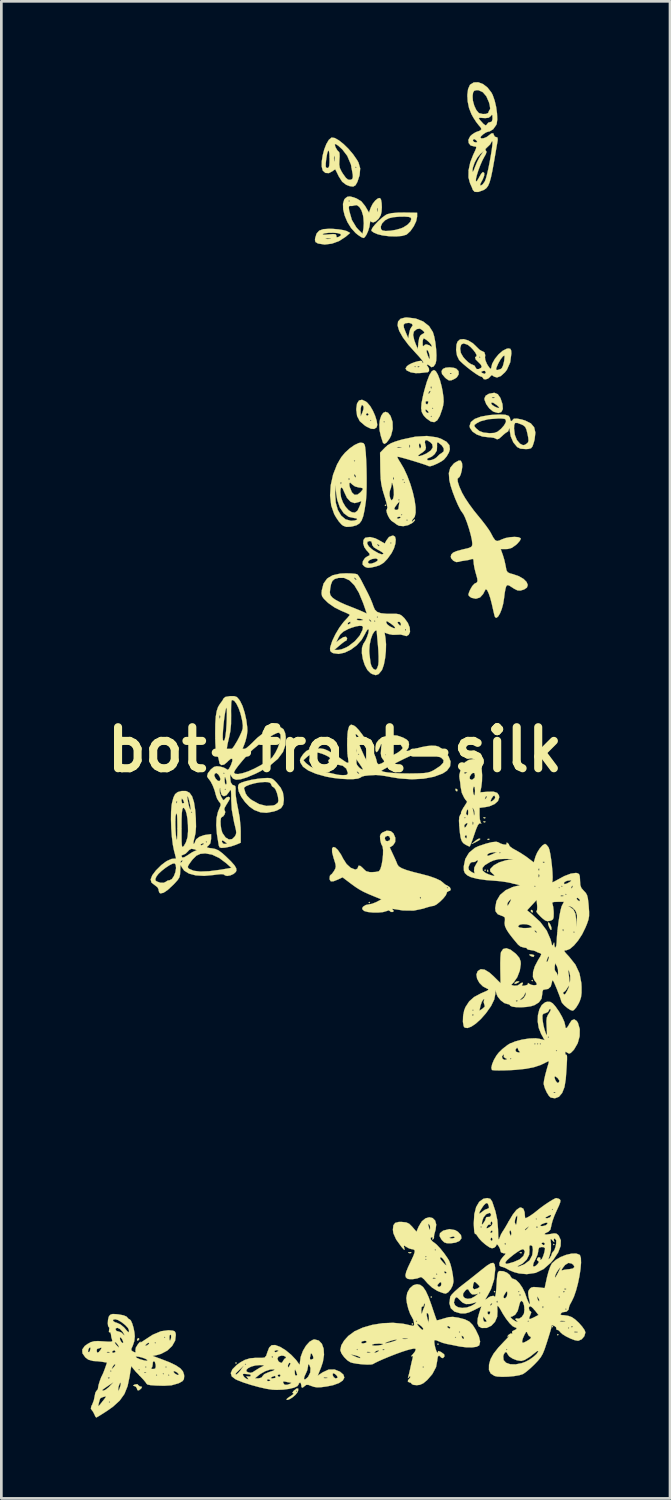
<source format=kicad_pcb>
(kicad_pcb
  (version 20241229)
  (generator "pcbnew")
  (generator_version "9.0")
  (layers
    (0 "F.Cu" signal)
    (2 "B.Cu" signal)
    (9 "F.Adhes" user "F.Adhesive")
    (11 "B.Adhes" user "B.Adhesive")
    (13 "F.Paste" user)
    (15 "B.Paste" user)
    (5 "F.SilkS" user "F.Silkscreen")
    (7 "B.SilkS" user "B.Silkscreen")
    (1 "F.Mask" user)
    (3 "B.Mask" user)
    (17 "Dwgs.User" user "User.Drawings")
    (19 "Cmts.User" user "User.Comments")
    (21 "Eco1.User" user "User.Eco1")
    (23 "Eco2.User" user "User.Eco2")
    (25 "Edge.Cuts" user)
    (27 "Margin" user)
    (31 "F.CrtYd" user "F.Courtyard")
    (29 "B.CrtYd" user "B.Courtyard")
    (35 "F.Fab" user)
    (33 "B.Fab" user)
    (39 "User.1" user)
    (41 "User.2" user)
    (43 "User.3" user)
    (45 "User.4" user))
  (footprint "bot-front-silk"
    (layer "F.Cu")
    (at 9.389 24.789)
    (property "Reference" "bot-front-silk" (at 0 0 0) (layer "F.SilkS") (effects (font (size 1.524 1.524) (thickness 0.3))))
    (attr through_hole)
    (fp_poly (pts (xy -3.65 22.775) (xy -3.675 22.8) (xy -3.7 22.775) (xy -3.675 22.75) (xy -3.65 22.775)) (stroke (width 0.01) (type solid)) (fill yes) (layer "F.SilkS"))
    (fp_poly (pts (xy 1.3 5.675) (xy 1.275 5.7) (xy 1.25 5.675) (xy 1.275 5.65) (xy 1.3 5.675)) (stroke (width 0.01) (type solid)) (fill yes) (layer "F.SilkS"))
    (fp_poly (pts (xy 1.9 -9.075) (xy 1.875 -9.05) (xy 1.85 -9.075) (xy 1.875 -9.1) (xy 1.9 -9.075)) (stroke (width 0.01) (type solid)) (fill yes) (layer "F.SilkS"))
    (fp_poly (pts (xy 2.9 21.325) (xy 2.875 21.35) (xy 2.85 21.325) (xy 2.875 21.3) (xy 2.9 21.325)) (stroke (width 0.01) (type solid)) (fill yes) (layer "F.SilkS"))
    (fp_poly (pts (xy 3.6 20.325) (xy 3.575 20.35) (xy 3.55 20.325) (xy 3.575 20.3) (xy 3.6 20.325)) (stroke (width 0.01) (type solid)) (fill yes) (layer "F.SilkS"))
    (fp_poly (pts (xy 3.85 22.075) (xy 3.825 22.1) (xy 3.8 22.075) (xy 3.825 22.05) (xy 3.85 22.075)) (stroke (width 0.01) (type solid)) (fill yes) (layer "F.SilkS"))
    (fp_poly (pts (xy 5.6 4.475) (xy 5.575 4.5) (xy 5.55 4.475) (xy 5.575 4.45) (xy 5.6 4.475)) (stroke (width 0.01) (type solid)) (fill yes) (layer "F.SilkS"))
    (fp_poly (pts (xy 5.95 20.125) (xy 5.925 20.15) (xy 5.9 20.125) (xy 5.925 20.1) (xy 5.95 20.125)) (stroke (width 0.01) (type solid)) (fill yes) (layer "F.SilkS"))
    (fp_poly (pts (xy 7.35 8.575) (xy 7.325 8.6) (xy 7.3 8.575) (xy 7.325 8.55) (xy 7.35 8.575)) (stroke (width 0.01) (type solid)) (fill yes) (layer "F.SilkS"))
    (fp_poly (pts (xy 8.1 21.425) (xy 8.075 21.45) (xy 8.05 21.425) (xy 8.075 21.4) (xy 8.1 21.425)) (stroke (width 0.01) (type solid)) (fill yes) (layer "F.SilkS"))
    (fp_poly (pts (xy 8.15 18.375) (xy 8.125 18.4) (xy 8.1 18.375) (xy 8.125 18.35) (xy 8.15 18.375)) (stroke (width 0.01) (type solid)) (fill yes) (layer "F.SilkS"))
    (fp_poly (pts (xy 8.3 21.725) (xy 8.275 21.75) (xy 8.25 21.725) (xy 8.275 21.7) (xy 8.3 21.725)) (stroke (width 0.01) (type solid)) (fill yes) (layer "F.SilkS"))
    (fp_poly (pts (xy 2.836 18.67) (xy 2.822 18.693) (xy 2.771 18.696) (xy 2.717 18.684) (xy 2.741 18.666) (xy 2.819 18.66) (xy 2.836 18.67)) (stroke (width 0.01) (type solid)) (fill yes) (layer "F.SilkS"))
    (fp_poly (pts (xy 5.583 2.517) (xy 5.576 2.546) (xy 5.55 2.55) (xy 5.509 2.532) (xy 5.517 2.517) (xy 5.576 2.511) (xy 5.583 2.517)) (stroke (width 0.01) (type solid)) (fill yes) (layer "F.SilkS"))
    (fp_poly (pts (xy 5.583 2.667) (xy 5.576 2.696) (xy 5.55 2.7) (xy 5.509 2.682) (xy 5.517 2.667) (xy 5.576 2.661) (xy 5.583 2.667)) (stroke (width 0.01) (type solid)) (fill yes) (layer "F.SilkS"))
    (fp_poly (pts (xy 5.683 4.467) (xy 5.689 4.526) (xy 5.683 4.533) (xy 5.654 4.526) (xy 5.65 4.5) (xy 5.668 4.459) (xy 5.683 4.467)) (stroke (width 0.01) (type solid)) (fill yes) (layer "F.SilkS"))
    (fp_poly (pts (xy 5.733 3.317) (xy 5.726 3.346) (xy 5.7 3.35) (xy 5.659 3.332) (xy 5.667 3.317) (xy 5.726 3.311) (xy 5.733 3.317)) (stroke (width 0.01) (type solid)) (fill yes) (layer "F.SilkS"))
    (fp_poly (pts (xy 6.933 18.667) (xy 6.926 18.696) (xy 6.9 18.7) (xy 6.859 18.682) (xy 6.867 18.667) (xy 6.926 18.661) (xy 6.933 18.667)) (stroke (width 0.01) (type solid)) (fill yes) (layer "F.SilkS"))
    (fp_poly (pts (xy -7.267 21.881) (xy -7.275 21.9) (xy -7.32 21.948) (xy -7.328 21.95) (xy -7.349 21.911) (xy -7.35 21.9) (xy -7.312 21.852) (xy -7.297 21.85) (xy -7.267 21.881)) (stroke (width 0.01) (type solid)) (fill yes) (layer "F.SilkS"))
    (fp_poly (pts (xy 4.548 1.486) (xy 4.55 1.5) (xy 4.533 1.549) (xy 4.528 1.55) (xy 4.485 1.515) (xy 4.475 1.5) (xy 4.479 1.454) (xy 4.497 1.45) (xy 4.548 1.486)) (stroke (width 0.01) (type solid)) (fill yes) (layer "F.SilkS"))
    (fp_poly (pts (xy 5.399 3.316) (xy 5.354 3.362) (xy 5.237 3.426) (xy 5.075 3.505) (xy 5.193 3.402) (xy 5.289 3.33) (xy 5.355 3.3) (xy 5.356 3.3) (xy 5.399 3.316)) (stroke (width 0.01) (type solid)) (fill yes) (layer "F.SilkS"))
    (fp_poly (pts (xy 6.846 8.609) (xy 6.81 8.643) (xy 6.8 8.65) (xy 6.708 8.694) (xy 6.665 8.687) (xy 6.675 8.65) (xy 6.746 8.606) (xy 6.79 8.601) (xy 6.846 8.609)) (stroke (width 0.01) (type solid)) (fill yes) (layer "F.SilkS"))
    (fp_poly (pts (xy 7.348 5.986) (xy 7.35 6) (xy 7.333 6.049) (xy 7.328 6.05) (xy 7.285 6.015) (xy 7.275 6) (xy 7.279 5.954) (xy 7.297 5.95) (xy 7.348 5.986)) (stroke (width 0.01) (type solid)) (fill yes) (layer "F.SilkS"))
    (fp_poly (pts (xy 7.375 7.619) (xy 7.4 7.65) (xy 7.369 7.697) (xy 7.277 7.667) (xy 7.25 7.65) (xy 7.211 7.614) (xy 7.26 7.601) (xy 7.287 7.601) (xy 7.375 7.619)) (stroke (width 0.01) (type solid)) (fill yes) (layer "F.SilkS"))
    (fp_poly (pts (xy 7.955 6.43) (xy 8 6.503) (xy 8.035 6.599) (xy 8.041 6.68) (xy 8.015 6.695) (xy 7.968 6.623) (xy 7.957 6.599) (xy 7.918 6.488) (xy 7.913 6.421) (xy 7.915 6.418) (xy 7.955 6.43)) (stroke (width 0.01) (type solid)) (fill yes) (layer "F.SilkS"))
    (fp_poly (pts (xy -7.311 23.591) (xy -7.251 23.644) (xy -7.215 23.65) (xy -7.165 23.663) (xy -7.195 23.719) (xy -7.2 23.725) (xy -7.282 23.792) (xy -7.338 23.781) (xy -7.35 23.729) (xy -7.392 23.658) (xy -7.438 23.636) (xy -7.495 23.616) (xy -7.463 23.589) (xy -7.428 23.574) (xy -7.337 23.561) (xy -7.311 23.591)) (stroke (width 0.01) (type solid)) (fill yes) (layer "F.SilkS"))
    (fp_poly (pts (xy 4.417 -14.179) (xy 4.503 -14.148) (xy 4.589 -14.058) (xy 4.595 -13.941) (xy 4.527 -13.829) (xy 4.452 -13.776) (xy 4.321 -13.716) (xy 4.231 -13.713) (xy 4.139 -13.771) (xy 4.082 -13.823) (xy 3.975 -13.951) (xy 3.97 -13.983) (xy 4.267 -13.983) (xy 4.274 -13.954) (xy 4.3 -13.95) (xy 4.341 -13.968) (xy 4.333 -13.983) (xy 4.274 -13.989) (xy 4.267 -13.983) (xy 3.97 -13.983) (xy 3.958 -14.06) (xy 4.01 -14.14) (xy 4.11 -14.185) (xy 4.261 -14.198) (xy 4.417 -14.179)) (stroke (width 0.01) (type solid)) (fill yes) (layer "F.SilkS"))
    (fp_poly (pts (xy -1.362 23.729) (xy -1.37 23.812) (xy -1.396 23.867) (xy -1.464 23.954) (xy -1.563 24.041) (xy -1.669 24.11) (xy -1.756 24.146) (xy -1.799 24.133) (xy -1.8 24.124) (xy -1.762 24.084) (xy -1.667 24.018) (xy -1.637 23.999) (xy -1.553 23.938) (xy -1.536 23.903) (xy -1.549 23.9) (xy -1.582 23.881) (xy -1.544 23.825) (xy -1.45 23.825) (xy -1.425 23.85) (xy -1.4 23.825) (xy -1.425 23.8) (xy -1.45 23.825) (xy -1.544 23.825) (xy -1.539 23.818) (xy -1.512 23.79) (xy -1.415 23.719) (xy -1.362 23.729)) (stroke (width 0.01) (type solid)) (fill yes) (layer "F.SilkS"))
    (fp_poly (pts (xy 1.971 -12.511) (xy 2.062 -12.396) (xy 2.139 -12.17) (xy 2.145 -11.912) (xy 2.082 -11.662) (xy 2.024 -11.549) (xy 1.917 -11.404) (xy 1.836 -11.353) (xy 1.784 -11.396) (xy 1.778 -11.412) (xy 1.75 -11.5) (xy 1.709 -11.631) (xy 1.704 -11.645) (xy 1.656 -11.863) (xy 1.647 -12.071) (xy 1.66 -12.175) (xy 1.8 -12.175) (xy 1.825 -12.15) (xy 1.85 -12.175) (xy 1.825 -12.2) (xy 1.8 -12.175) (xy 1.66 -12.175) (xy 1.671 -12.256) (xy 1.721 -12.406) (xy 1.792 -12.507) (xy 1.878 -12.546) (xy 1.971 -12.511)) (stroke (width 0.01) (type solid)) (fill yes) (layer "F.SilkS"))
    (fp_poly (pts (xy 4.459 17.84) (xy 4.568 17.904) (xy 4.68 18.029) (xy 4.697 18.144) (xy 4.628 18.24) (xy 4.477 18.306) (xy 4.31 18.329) (xy 4.155 18.328) (xy 4.057 18.295) (xy 3.974 18.214) (xy 3.962 18.2) (xy 3.923 18.131) (xy 4.25 18.131) (xy 4.292 18.146) (xy 4.35 18.15) (xy 4.431 18.131) (xy 4.45 18.105) (xy 4.41 18.079) (xy 4.35 18.086) (xy 4.269 18.115) (xy 4.25 18.131) (xy 3.923 18.131) (xy 3.884 18.061) (xy 3.9 17.953) (xy 4.011 17.866) (xy 4.03 17.857) (xy 4.25 17.803) (xy 4.459 17.84)) (stroke (width 0.01) (type solid)) (fill yes) (layer "F.SilkS"))
    (fp_poly (pts (xy 6.046 -13.201) (xy 6.145 -13.058) (xy 6.22 -12.833) (xy 6.234 -12.651) (xy 6.178 -12.538) (xy 6.064 -12.501) (xy 5.899 -12.547) (xy 5.859 -12.568) (xy 5.728 -12.678) (xy 5.617 -12.833) (xy 5.609 -12.853) (xy 5.8 -12.853) (xy 5.839 -12.802) (xy 5.929 -12.742) (xy 6.028 -12.696) (xy 6.095 -12.685) (xy 6.099 -12.687) (xy 6.082 -12.727) (xy 6.006 -12.797) (xy 5.999 -12.802) (xy 5.876 -12.884) (xy 5.812 -12.89) (xy 5.8 -12.853) (xy 5.609 -12.853) (xy 5.555 -12.991) (xy 5.55 -13.039) (xy 5.56 -13.062) (xy 5.822 -13.062) (xy 5.871 -13.054) (xy 5.936 -13.063) (xy 5.936 -13.08) (xy 5.87 -13.092) (xy 5.841 -13.084) (xy 5.822 -13.062) (xy 5.56 -13.062) (xy 5.596 -13.144) (xy 5.719 -13.218) (xy 5.901 -13.25) (xy 5.927 -13.25) (xy 6.046 -13.201)) (stroke (width 0.01) (type solid)) (fill yes) (layer "F.SilkS"))
    (fp_poly (pts (xy 3.05 -19.939) (xy 3.05 -19.791) (xy 3.015 -19.624) (xy 2.924 -19.434) (xy 2.802 -19.259) (xy 2.67 -19.137) (xy 2.647 -19.123) (xy 2.491 -19.078) (xy 2.272 -19.059) (xy 2.022 -19.065) (xy 1.773 -19.096) (xy 1.587 -19.141) (xy 1.451 -19.197) (xy 1.365 -19.257) (xy 1.35 -19.285) (xy 1.386 -19.369) (xy 1.432 -19.429) (xy 1.7 -19.429) (xy 1.711 -19.327) (xy 1.762 -19.28) (xy 1.883 -19.261) (xy 2.061 -19.271) (xy 2.261 -19.304) (xy 2.448 -19.357) (xy 2.542 -19.396) (xy 2.702 -19.5) (xy 2.804 -19.61) (xy 2.834 -19.71) (xy 2.809 -19.761) (xy 2.736 -19.784) (xy 2.591 -19.795) (xy 2.402 -19.793) (xy 2.392 -19.793) (xy 2.165 -19.773) (xy 2.004 -19.735) (xy 1.878 -19.67) (xy 1.862 -19.659) (xy 1.753 -19.549) (xy 1.7 -19.429) (xy 1.432 -19.429) (xy 1.48 -19.491) (xy 1.608 -19.627) (xy 1.749 -19.755) (xy 1.88 -19.852) (xy 1.939 -19.884) (xy 2.103 -19.924) (xy 2.353 -19.944) (xy 2.577 -19.946) (xy 3.05 -19.939)) (stroke (width 0.01) (type solid)) (fill yes) (layer "F.SilkS"))
    (fp_poly (pts (xy 1.148 -12.928) (xy 1.2 -12.886) (xy 1.308 -12.759) (xy 1.408 -12.587) (xy 1.492 -12.396) (xy 1.549 -12.212) (xy 1.57 -12.061) (xy 1.547 -11.971) (xy 1.457 -11.91) (xy 1.337 -11.918) (xy 1.17 -11.998) (xy 1.112 -12.035) (xy 0.925 -12.195) (xy 0.909 -12.225) (xy 1.3 -12.225) (xy 1.325 -12.2) (xy 1.35 -12.225) (xy 1.325 -12.25) (xy 1.3 -12.225) (xy 0.909 -12.225) (xy 0.822 -12.389) (xy 0.797 -12.588) (xy 0.952 -12.588) (xy 0.955 -12.375) (xy 0.987 -12.45) (xy 1.15 -12.45) (xy 1.188 -12.401) (xy 1.2 -12.4) (xy 1.249 -12.438) (xy 1.25 -12.45) (xy 1.212 -12.499) (xy 1.2 -12.5) (xy 1.151 -12.462) (xy 1.15 -12.45) (xy 0.987 -12.45) (xy 1.02 -12.525) (xy 1.059 -12.647) (xy 1.063 -12.736) (xy 1.062 -12.738) (xy 1.02 -12.802) (xy 0.982 -12.779) (xy 0.957 -12.683) (xy 0.952 -12.588) (xy 0.797 -12.588) (xy 0.791 -12.64) (xy 0.791 -12.653) (xy 0.819 -12.852) (xy 0.893 -12.967) (xy 1.005 -12.994) (xy 1.148 -12.928)) (stroke (width 0.01) (type solid)) (fill yes) (layer "F.SilkS"))
    (fp_poly (pts (xy -0.075 -19.34) (xy 0.131 -19.322) (xy 0.311 -19.293) (xy 0.432 -19.26) (xy 0.444 -19.254) (xy 0.563 -19.189) (xy 0.394 -19.045) (xy 0.156 -18.89) (xy -0.112 -18.792) (xy -0.381 -18.758) (xy -0.621 -18.795) (xy -0.644 -18.804) (xy -0.724 -18.852) (xy -0.743 -18.931) (xy -0.737 -18.97) (xy -0.353 -18.97) (xy -0.284 -18.962) (xy -0.25 -18.962) (xy -0.159 -18.967) (xy -0.148 -18.98) (xy -0.163 -18.984) (xy -0.289 -18.992) (xy -0.338 -18.984) (xy -0.353 -18.97) (xy -0.737 -18.97) (xy -0.731 -19.013) (xy -0.693 -19.128) (xy -0.453 -19.128) (xy -0.362 -19.124) (xy -0.237 -19.134) (xy -0.073 -19.147) (xy 0.014 -19.14) (xy 0.047 -19.109) (xy 0.05 -19.08) (xy 0.064 -19.025) (xy 0.125 -19.037) (xy 0.157 -19.054) (xy 0.226 -19.104) (xy 0.209 -19.145) (xy 0.194 -19.155) (xy 0.093 -19.184) (xy -0.065 -19.196) (xy -0.238 -19.193) (xy -0.384 -19.175) (xy -0.449 -19.152) (xy -0.453 -19.128) (xy -0.693 -19.128) (xy -0.679 -19.171) (xy -0.585 -19.274) (xy -0.434 -19.329) (xy -0.21 -19.344) (xy -0.075 -19.34)) (stroke (width 0.01) (type solid)) (fill yes) (layer "F.SilkS"))
    (fp_poly (pts (xy -2.39 1.059) (xy -2.307 1.095) (xy -2.223 1.171) (xy -2.169 1.227) (xy -2.017 1.413) (xy -1.933 1.588) (xy -1.902 1.792) (xy -1.9 1.871) (xy -1.923 2.048) (xy -2.002 2.171) (xy -2.155 2.256) (xy -2.275 2.295) (xy -2.54 2.344) (xy -2.766 2.327) (xy -2.995 2.24) (xy -3 2.237) (xy -3.174 2.116) (xy -3.341 1.942) (xy -3.481 1.745) (xy -3.574 1.552) (xy -3.596 1.437) (xy -3.377 1.437) (xy -3.342 1.545) (xy -3.322 1.617) (xy -3.266 1.709) (xy -3.157 1.819) (xy -3.091 1.87) (xy -2.82 2.02) (xy -2.548 2.089) (xy -2.295 2.072) (xy -2.228 2.051) (xy -2.122 1.972) (xy -2.1 1.895) (xy -2.116 1.754) (xy -2.155 1.605) (xy -2.207 1.478) (xy -2.26 1.406) (xy -2.277 1.4) (xy -2.338 1.358) (xy -2.364 1.3) (xy -2.402 1.234) (xy -2.49 1.205) (xy -2.605 1.2) (xy -2.79 1.213) (xy -2.983 1.247) (xy -3.159 1.296) (xy -3.297 1.352) (xy -3.372 1.407) (xy -3.377 1.437) (xy -3.596 1.437) (xy -3.6 1.416) (xy -3.593 1.326) (xy -3.558 1.267) (xy -3.471 1.222) (xy -3.312 1.17) (xy -3.099 1.119) (xy -2.851 1.078) (xy -2.686 1.061) (xy -2.505 1.051) (xy -2.39 1.059)) (stroke (width 0.01) (type solid)) (fill yes) (layer "F.SilkS"))
    (fp_poly (pts (xy 0.698 -20.508) (xy 0.8 -20.469) (xy 0.977 -20.364) (xy 1.117 -20.192) (xy 1.134 -20.164) (xy 1.265 -19.941) (xy 1.302 -20.05) (xy 1.558 -20.05) (xy 1.566 -19.979) (xy 1.583 -19.988) (xy 1.59 -20.09) (xy 1.583 -20.113) (xy 1.565 -20.119) (xy 1.558 -20.05) (xy 1.302 -20.05) (xy 1.327 -20.123) (xy 1.4 -20.27) (xy 1.498 -20.394) (xy 1.599 -20.473) (xy 1.671 -20.485) (xy 1.71 -20.426) (xy 1.733 -20.3) (xy 1.741 -20.141) (xy 1.73 -19.981) (xy 1.701 -19.851) (xy 1.698 -19.845) (xy 1.622 -19.719) (xy 1.522 -19.625) (xy 1.424 -19.579) (xy 1.351 -19.598) (xy 1.344 -19.607) (xy 1.311 -19.637) (xy 1.301 -19.575) (xy 1.301 -19.571) (xy 1.281 -19.425) (xy 1.233 -19.265) (xy 1.169 -19.122) (xy 1.102 -19.026) (xy 1.058 -19.001) (xy 0.976 -19.034) (xy 0.855 -19.115) (xy 0.764 -19.189) (xy 0.598 -19.373) (xy 0.462 -19.594) (xy 0.362 -19.831) (xy 0.305 -20.064) (xy 0.303 -20.138) (xy 0.512 -20.138) (xy 0.528 -20.016) (xy 0.628 -19.67) (xy 0.793 -19.396) (xy 0.865 -19.317) (xy 1.025 -19.158) (xy 1.059 -19.367) (xy 1.07 -19.544) (xy 1.056 -19.751) (xy 1.043 -19.837) (xy 0.987 -20.021) (xy 0.905 -20.155) (xy 0.812 -20.222) (xy 0.729 -20.212) (xy 0.636 -20.19) (xy 0.585 -20.192) (xy 0.528 -20.189) (xy 0.512 -20.138) (xy 0.303 -20.138) (xy 0.298 -20.27) (xy 0.329 -20.375) (xy 0.5 -20.375) (xy 0.525 -20.35) (xy 0.55 -20.375) (xy 0.525 -20.4) (xy 0.5 -20.375) (xy 0.329 -20.375) (xy 0.345 -20.429) (xy 0.379 -20.471) (xy 0.461 -20.532) (xy 0.557 -20.544) (xy 0.698 -20.508)) (stroke (width 0.01) (type solid)) (fill yes) (layer "F.SilkS"))
    (fp_poly (pts (xy 3.746 -14.053) (xy 3.822 -13.924) (xy 3.897 -13.729) (xy 3.962 -13.485) (xy 3.999 -13.295) (xy 4.029 -13.08) (xy 4.036 -12.922) (xy 4.017 -12.779) (xy 3.982 -12.645) (xy 3.892 -12.389) (xy 3.796 -12.229) (xy 3.688 -12.162) (xy 3.561 -12.184) (xy 3.408 -12.292) (xy 3.379 -12.318) (xy 3.328 -12.375) (xy 3.55 -12.375) (xy 3.575 -12.35) (xy 3.6 -12.375) (xy 3.575 -12.4) (xy 3.55 -12.375) (xy 3.328 -12.375) (xy 3.281 -12.427) (xy 3.222 -12.544) (xy 3.218 -12.574) (xy 3.362 -12.574) (xy 3.412 -12.516) (xy 3.459 -12.5) (xy 3.479 -12.529) (xy 3.449 -12.576) (xy 3.388 -12.629) (xy 3.363 -12.63) (xy 3.362 -12.574) (xy 3.218 -12.574) (xy 3.203 -12.675) (xy 3.6 -12.675) (xy 3.625 -12.65) (xy 3.65 -12.675) (xy 3.625 -12.7) (xy 3.6 -12.675) (xy 3.203 -12.675) (xy 3.201 -12.689) (xy 3.216 -12.871) (xy 3.365 -12.871) (xy 3.376 -12.848) (xy 3.42 -12.819) (xy 3.455 -12.857) (xy 3.466 -12.926) (xy 3.445 -12.943) (xy 3.372 -12.936) (xy 3.365 -12.871) (xy 3.216 -12.871) (xy 3.217 -12.879) (xy 3.268 -13.133) (xy 3.286 -13.206) (xy 3.463 -13.206) (xy 3.5 -13.23) (xy 3.506 -13.237) (xy 3.546 -13.302) (xy 3.54 -13.326) (xy 3.503 -13.311) (xy 3.478 -13.265) (xy 3.463 -13.206) (xy 3.286 -13.206) (xy 3.315 -13.326) (xy 3.351 -13.45) (xy 3.55 -13.45) (xy 3.568 -13.409) (xy 3.583 -13.417) (xy 3.589 -13.476) (xy 3.583 -13.483) (xy 3.554 -13.476) (xy 3.55 -13.45) (xy 3.351 -13.45) (xy 3.412 -13.662) (xy 3.505 -13.905) (xy 3.593 -14.051) (xy 3.675 -14.1) (xy 3.746 -14.053)) (stroke (width 0.01) (type solid)) (fill yes) (layer "F.SilkS"))
    (fp_poly (pts (xy 2.23 -7.909) (xy 2.257 -7.802) (xy 2.243 -7.651) (xy 2.192 -7.479) (xy 2.107 -7.309) (xy 2.101 -7.3) (xy 1.946 -7.084) (xy 1.808 -6.941) (xy 1.662 -6.852) (xy 1.521 -6.804) (xy 1.341 -6.764) (xy 1.224 -6.754) (xy 1.14 -6.777) (xy 1.082 -6.814) (xy 1.024 -6.882) (xy 1.033 -6.975) (xy 1.223 -6.975) (xy 1.227 -6.947) (xy 1.276 -6.906) (xy 1.362 -6.912) (xy 1.472 -6.949) (xy 1.572 -7.007) (xy 1.595 -7.064) (xy 1.535 -7.097) (xy 1.497 -7.1) (xy 1.376 -7.08) (xy 1.274 -7.033) (xy 1.223 -6.975) (xy 1.033 -6.975) (xy 1.033 -6.979) (xy 1.044 -7.01) (xy 1.116 -7.119) (xy 1.197 -7.174) (xy 1.281 -7.215) (xy 1.286 -7.273) (xy 1.211 -7.365) (xy 1.175 -7.4) (xy 1.09 -7.521) (xy 1.052 -7.652) (xy 1.196 -7.652) (xy 1.252 -7.554) (xy 1.369 -7.445) (xy 1.435 -7.399) (xy 1.614 -7.297) (xy 1.737 -7.252) (xy 1.795 -7.268) (xy 1.798 -7.287) (xy 1.755 -7.33) (xy 1.651 -7.395) (xy 1.585 -7.429) (xy 1.443 -7.516) (xy 1.383 -7.601) (xy 1.38 -7.636) (xy 1.558 -7.636) (xy 1.57 -7.608) (xy 1.621 -7.554) (xy 1.65 -7.565) (xy 1.65 -7.572) (xy 1.614 -7.614) (xy 1.592 -7.63) (xy 1.558 -7.636) (xy 1.38 -7.636) (xy 1.379 -7.642) (xy 1.351 -7.732) (xy 1.291 -7.75) (xy 1.207 -7.723) (xy 1.196 -7.652) (xy 1.052 -7.652) (xy 1.05 -7.66) (xy 1.059 -7.786) (xy 1.119 -7.865) (xy 1.129 -7.87) (xy 1.301 -7.897) (xy 1.495 -7.849) (xy 1.637 -7.777) (xy 1.85 -7.656) (xy 1.86 -7.675) (xy 2.05 -7.675) (xy 2.075 -7.65) (xy 2.1 -7.675) (xy 2.075 -7.7) (xy 2.05 -7.675) (xy 1.86 -7.675) (xy 1.907 -7.765) (xy 2.005 -7.897) (xy 2.128 -7.947) (xy 2.163 -7.949) (xy 2.23 -7.909)) (stroke (width 0.01) (type solid)) (fill yes) (layer "F.SilkS"))
    (fp_poly (pts (xy -0.007 -22.714) (xy 0.145 -22.628) (xy 0.32 -22.489) (xy 0.501 -22.312) (xy 0.672 -22.111) (xy 0.817 -21.902) (xy 0.873 -21.804) (xy 0.936 -21.587) (xy 0.915 -21.334) (xy 0.834 -21.087) (xy 0.764 -20.961) (xy 0.676 -20.91) (xy 0.548 -20.927) (xy 0.417 -20.977) (xy 0.269 -21.089) (xy 0.143 -21.286) (xy 0.076 -21.424) (xy 0.028 -21.52) (xy 0.014 -21.546) (xy -0.028 -21.532) (xy -0.091 -21.483) (xy -0.225 -21.41) (xy -0.356 -21.418) (xy -0.453 -21.505) (xy -0.454 -21.508) (xy -0.492 -21.653) (xy -0.491 -21.72) (xy -0.346 -21.72) (xy -0.339 -21.635) (xy -0.308 -21.603) (xy -0.282 -21.6) (xy -0.239 -21.615) (xy -0.214 -21.675) (xy -0.203 -21.798) (xy -0.202 -21.95) (xy -0.038 -21.95) (xy -0.033 -21.859) (xy -0.02 -21.848) (xy -0.016 -21.863) (xy -0.008 -21.989) (xy -0.016 -22.038) (xy -0.03 -22.053) (xy -0.038 -21.984) (xy -0.038 -21.95) (xy -0.202 -21.95) (xy -0.202 -21.962) (xy -0.21 -22.15) (xy -0.229 -22.241) (xy -0.257 -22.238) (xy -0.289 -22.144) (xy -0.321 -21.959) (xy -0.331 -21.882) (xy -0.346 -21.72) (xy -0.491 -21.72) (xy -0.49 -21.848) (xy -0.456 -22.069) (xy -0.397 -22.293) (xy -0.323 -22.481) (xy -0.009 -22.481) (xy 0.01 -22.398) (xy 0.032 -22.35) (xy 0.094 -22.248) (xy 0.145 -22.2) (xy 0.149 -22.2) (xy 0.167 -22.155) (xy 0.173 -22.038) (xy 0.166 -21.913) (xy 0.158 -21.734) (xy 0.179 -21.603) (xy 0.243 -21.471) (xy 0.297 -21.384) (xy 0.401 -21.24) (xy 0.484 -21.17) (xy 0.564 -21.159) (xy 0.638 -21.186) (xy 0.664 -21.257) (xy 0.661 -21.35) (xy 0.612 -21.625) (xy 0.75 -21.625) (xy 0.775 -21.6) (xy 0.8 -21.625) (xy 0.775 -21.65) (xy 0.75 -21.625) (xy 0.612 -21.625) (xy 0.594 -21.727) (xy 0.456 -22.052) (xy 0.277 -22.286) (xy 0.128 -22.424) (xy 0.031 -22.489) (xy -0.009 -22.481) (xy -0.323 -22.481) (xy -0.318 -22.493) (xy -0.228 -22.646) (xy -0.132 -22.727) (xy -0.12 -22.731) (xy -0.007 -22.714)) (stroke (width 0.01) (type solid)) (fill yes) (layer "F.SilkS"))
    (fp_poly (pts (xy 6.331 -12.435) (xy 6.449 -12.395) (xy 6.498 -12.325) (xy 6.5 -12.299) (xy 6.521 -12.218) (xy 6.55 -12.2) (xy 6.599 -12.238) (xy 6.6 -12.25) (xy 6.643 -12.291) (xy 6.761 -12.294) (xy 6.937 -12.26) (xy 7.067 -12.22) (xy 7.273 -12.117) (xy 7.397 -11.97) (xy 7.442 -11.772) (xy 7.412 -11.515) (xy 7.381 -11.4) (xy 7.335 -11.263) (xy 7.282 -11.195) (xy 7.19 -11.169) (xy 7.095 -11.162) (xy 6.89 -11.177) (xy 6.768 -11.237) (xy 6.624 -11.41) (xy 6.526 -11.638) (xy 6.493 -11.835) (xy 6.486 -11.923) (xy 6.65 -11.923) (xy 6.678 -11.693) (xy 6.756 -11.497) (xy 6.869 -11.366) (xy 6.887 -11.354) (xy 6.983 -11.308) (xy 7.054 -11.321) (xy 7.121 -11.366) (xy 7.17 -11.413) (xy 7.187 -11.477) (xy 7.177 -11.589) (xy 7.151 -11.72) (xy 7.11 -11.888) (xy 7.063 -11.987) (xy 6.991 -12.047) (xy 6.922 -12.079) (xy 6.772 -12.135) (xy 6.69 -12.132) (xy 6.656 -12.06) (xy 6.65 -11.923) (xy 6.486 -11.923) (xy 6.485 -11.934) (xy 6.472 -11.94) (xy 6.465 -11.912) (xy 6.432 -11.825) (xy 6.4 -11.8) (xy 6.342 -11.767) (xy 6.245 -11.686) (xy 6.201 -11.643) (xy 6.09 -11.547) (xy 6.018 -11.525) (xy 5.987 -11.543) (xy 5.904 -11.579) (xy 5.767 -11.599) (xy 5.718 -11.6) (xy 5.479 -11.628) (xy 5.268 -11.703) (xy 5.107 -11.813) (xy 5.014 -11.947) (xy 5.002 -12.013) (xy 5.176 -12.013) (xy 5.233 -11.94) (xy 5.361 -11.833) (xy 5.52 -11.774) (xy 5.742 -11.753) (xy 5.759 -11.753) (xy 5.921 -11.763) (xy 6.042 -11.811) (xy 6.171 -11.918) (xy 6.277 -12.039) (xy 6.341 -12.152) (xy 6.35 -12.193) (xy 6.34 -12.254) (xy 6.295 -12.286) (xy 6.192 -12.298) (xy 6.062 -12.299) (xy 5.697 -12.272) (xy 5.408 -12.197) (xy 5.27 -12.126) (xy 5.184 -12.063) (xy 5.176 -12.013) (xy 5.002 -12.013) (xy 5 -12.026) (xy 5.048 -12.166) (xy 5.188 -12.281) (xy 5.417 -12.367) (xy 5.73 -12.423) (xy 5.851 -12.434) (xy 6.135 -12.447) (xy 6.331 -12.435)) (stroke (width 0.01) (type solid)) (fill yes) (layer "F.SilkS"))
    (fp_poly (pts (xy 4.95 -15.196) (xy 5.123 -15.09) (xy 5.266 -14.952) (xy 5.365 -14.854) (xy 5.451 -14.803) (xy 5.466 -14.8) (xy 5.547 -14.758) (xy 5.58 -14.652) (xy 5.57 -14.567) (xy 5.582 -14.471) (xy 5.637 -14.337) (xy 5.672 -14.275) (xy 5.75 -14.164) (xy 5.792 -14.141) (xy 5.798 -14.164) (xy 5.838 -14.331) (xy 5.938 -14.511) (xy 6.076 -14.68) (xy 6.231 -14.815) (xy 6.383 -14.891) (xy 6.442 -14.9) (xy 6.514 -14.884) (xy 6.544 -14.819) (xy 6.55 -14.713) (xy 6.508 -14.386) (xy 6.386 -14.111) (xy 6.313 -14.015) (xy 6.158 -13.875) (xy 6.018 -13.821) (xy 5.903 -13.855) (xy 5.889 -13.868) (xy 5.826 -13.911) (xy 5.775 -13.871) (xy 5.758 -13.845) (xy 5.686 -13.781) (xy 5.594 -13.751) (xy 5.52 -13.762) (xy 5.5 -13.8) (xy 5.46 -13.846) (xy 5.432 -13.85) (xy 5.357 -13.881) (xy 5.229 -13.961) (xy 5.127 -14.034) (xy 5.429 -14.034) (xy 5.454 -13.996) (xy 5.458 -13.994) (xy 5.556 -13.953) (xy 5.598 -13.993) (xy 5.6 -14.02) (xy 5.563 -14.069) (xy 5.496 -14.063) (xy 5.429 -14.034) (xy 5.127 -14.034) (xy 5.071 -14.074) (xy 5.013 -14.119) (xy 5.981 -14.119) (xy 6.011 -14.101) (xy 6.046 -14.1) (xy 6.155 -14.136) (xy 6.198 -14.173) (xy 6.242 -14.267) (xy 6.278 -14.412) (xy 6.286 -14.461) (xy 6.299 -14.59) (xy 6.291 -14.637) (xy 6.253 -14.618) (xy 6.225 -14.592) (xy 6.15 -14.495) (xy 6.069 -14.353) (xy 6.047 -14.305) (xy 5.993 -14.179) (xy 5.981 -14.119) (xy 5.013 -14.119) (xy 4.905 -14.203) (xy 4.754 -14.331) (xy 4.638 -14.441) (xy 4.606 -14.479) (xy 4.531 -14.637) (xy 4.499 -14.84) (xy 4.502 -14.877) (xy 4.65 -14.877) (xy 4.674 -14.732) (xy 4.757 -14.588) (xy 4.831 -14.5) (xy 4.948 -14.387) (xy 5.054 -14.315) (xy 5.1 -14.3) (xy 5.184 -14.258) (xy 5.214 -14.203) (xy 5.263 -14.132) (xy 5.344 -14.134) (xy 5.429 -14.182) (xy 5.45 -14.227) (xy 5.414 -14.302) (xy 5.327 -14.39) (xy 5.325 -14.391) (xy 5.224 -14.494) (xy 5.206 -14.572) (xy 5.209 -14.575) (xy 5.35 -14.575) (xy 5.375 -14.55) (xy 5.4 -14.575) (xy 5.375 -14.6) (xy 5.35 -14.575) (xy 5.209 -14.575) (xy 5.252 -14.609) (xy 5.26 -14.653) (xy 5.215 -14.742) (xy 5.133 -14.85) (xy 5.033 -14.955) (xy 4.934 -15.032) (xy 4.919 -15.041) (xy 4.778 -15.087) (xy 4.689 -15.048) (xy 4.652 -14.923) (xy 4.65 -14.877) (xy 4.502 -14.877) (xy 4.513 -15.041) (xy 4.552 -15.153) (xy 4.644 -15.234) (xy 4.784 -15.246) (xy 4.95 -15.196)) (stroke (width 0.01) (type solid)) (fill yes) (layer "F.SilkS"))
    (fp_poly (pts (xy 1.056 -11.385) (xy 1.103 -11.318) (xy 1.12 -11.238) (xy 1.143 -11.027) (xy 1.16 -10.747) (xy 1.172 -10.425) (xy 1.177 -10.089) (xy 1.176 -9.765) (xy 1.167 -9.48) (xy 1.152 -9.263) (xy 1.148 -9.228) (xy 1.1 -8.908) (xy 1.05 -8.673) (xy 0.988 -8.508) (xy 0.907 -8.4) (xy 0.798 -8.333) (xy 0.651 -8.293) (xy 0.575 -8.28) (xy 0.42 -8.273) (xy 0.304 -8.316) (xy 0.243 -8.363) (xy 0.147 -8.47) (xy 0.04 -8.628) (xy -0.029 -8.75) (xy -0.139 -9.067) (xy -0.181 -9.431) (xy -0.178 -9.486) (xy 0.007 -9.486) (xy 0.03 -9.168) (xy 0.107 -8.899) (xy 0.231 -8.69) (xy 0.395 -8.553) (xy 0.592 -8.5) (xy 0.606 -8.5) (xy 0.736 -8.512) (xy 0.818 -8.542) (xy 0.825 -8.55) (xy 0.807 -8.587) (xy 0.725 -8.6) (xy 0.509 -8.647) (xy 0.326 -8.781) (xy 0.182 -8.996) (xy 0.084 -9.28) (xy 0.048 -9.5) (xy 0.041 -9.573) (xy 0.2 -9.573) (xy 0.225 -9.374) (xy 0.294 -9.185) (xy 0.392 -9.02) (xy 0.507 -8.893) (xy 0.627 -8.817) (xy 0.739 -8.804) (xy 0.831 -8.869) (xy 0.848 -8.897) (xy 0.907 -9.02) (xy 0.949 -9.123) (xy 0.977 -9.212) (xy 0.955 -9.226) (xy 0.903 -9.201) (xy 0.733 -9.156) (xy 0.579 -9.207) (xy 0.446 -9.351) (xy 0.346 -9.562) (xy 0.286 -9.7) (xy 0.238 -9.742) (xy 0.208 -9.689) (xy 0.2 -9.573) (xy 0.041 -9.573) (xy 0.014 -9.825) (xy 0.007 -9.486) (xy -0.178 -9.486) (xy -0.157 -9.822) (xy -0.139 -9.9) (xy 0.2 -9.9) (xy 0.218 -9.859) (xy 0.233 -9.867) (xy 0.237 -9.898) (xy 0.531 -9.898) (xy 0.538 -9.796) (xy 0.552 -9.741) (xy 0.63 -9.554) (xy 0.725 -9.464) (xy 0.837 -9.472) (xy 0.948 -9.559) (xy 1.03 -9.658) (xy 1.032 -9.709) (xy 0.946 -9.731) (xy 0.887 -9.736) (xy 0.744 -9.775) (xy 0.644 -9.846) (xy 0.567 -9.917) (xy 0.531 -9.898) (xy 0.237 -9.898) (xy 0.239 -9.926) (xy 0.233 -9.933) (xy 0.204 -9.926) (xy 0.2 -9.9) (xy -0.139 -9.9) (xy -0.106 -10.05) (xy 0.5 -10.05) (xy 0.518 -10.009) (xy 0.533 -10.017) (xy 0.539 -10.076) (xy 0.533 -10.083) (xy 0.504 -10.076) (xy 0.5 -10.05) (xy -0.106 -10.05) (xy -0.079 -10.173) (xy 0.713 -10.173) (xy 0.723 -10.153) (xy 0.771 -10.102) (xy 0.779 -10.138) (xy 0.767 -10.177) (xy 0.73 -10.232) (xy 0.714 -10.23) (xy 0.713 -10.173) (xy -0.079 -10.173) (xy -0.069 -10.217) (xy 0.079 -10.594) (xy 0.155 -10.725) (xy 0.7 -10.725) (xy 0.725 -10.7) (xy 0.75 -10.725) (xy 0.725 -10.75) (xy 0.7 -10.725) (xy 0.155 -10.725) (xy 0.233 -10.859) (xy 0.374 -11.029) (xy 0.546 -11.187) (xy 0.724 -11.312) (xy 0.883 -11.387) (xy 0.956 -11.4) (xy 1.056 -11.385)) (stroke (width 0.01) (type solid)) (fill yes) (layer "F.SilkS"))
    (fp_poly (pts (xy 2.995 -16.011) (xy 3.275 -15.901) (xy 3.494 -15.729) (xy 3.636 -15.507) (xy 3.687 -15.338) (xy 3.728 -15.118) (xy 3.756 -14.877) (xy 3.768 -14.646) (xy 3.761 -14.455) (xy 3.736 -14.338) (xy 3.662 -14.229) (xy 3.583 -14.203) (xy 3.525 -14.25) (xy 3.453 -14.298) (xy 3.437 -14.3) (xy 3.408 -14.281) (xy 3.44 -14.24) (xy 3.491 -14.151) (xy 3.493 -14.063) (xy 3.447 -14.016) (xy 3.438 -14.016) (xy 3.35 -14.008) (xy 3.212 -13.992) (xy 3.175 -13.987) (xy 2.995 -13.983) (xy 2.821 -14.012) (xy 2.804 -14.017) (xy 2.663 -14.083) (xy 2.62 -14.154) (xy 2.664 -14.225) (xy 2.95 -14.225) (xy 2.975 -14.2) (xy 3 -14.225) (xy 2.992 -14.233) (xy 3.067 -14.233) (xy 3.074 -14.204) (xy 3.1 -14.2) (xy 3.141 -14.218) (xy 3.133 -14.233) (xy 3.074 -14.239) (xy 3.067 -14.233) (xy 2.992 -14.233) (xy 2.975 -14.25) (xy 2.95 -14.225) (xy 2.664 -14.225) (xy 2.673 -14.239) (xy 2.735 -14.288) (xy 2.839 -14.344) (xy 2.967 -14.392) (xy 3.095 -14.427) (xy 3.193 -14.44) (xy 3.236 -14.425) (xy 3.232 -14.412) (xy 3.246 -14.372) (xy 3.278 -14.367) (xy 3.277 -14.399) (xy 3.216 -14.487) (xy 3.106 -14.616) (xy 3.008 -14.721) (xy 2.932 -14.806) (xy 3.4 -14.806) (xy 3.415 -14.729) (xy 3.451 -14.624) (xy 3.49 -14.533) (xy 3.515 -14.5) (xy 3.521 -14.543) (xy 3.511 -14.647) (xy 3.511 -14.651) (xy 3.484 -14.752) (xy 3.446 -14.825) (xy 3.413 -14.848) (xy 3.4 -14.806) (xy 2.932 -14.806) (xy 2.728 -15.033) (xy 2.521 -15.311) (xy 2.386 -15.551) (xy 2.327 -15.749) (xy 2.33 -15.781) (xy 2.55 -15.781) (xy 2.559 -15.674) (xy 2.616 -15.525) (xy 2.723 -15.275) (xy 2.744 -15.4) (xy 2.902 -15.4) (xy 2.942 -15.212) (xy 2.987 -15.089) (xy 3.075 -14.875) (xy 3.096 -15.079) (xy 3.254 -15.079) (xy 3.263 -14.992) (xy 3.281 -14.982) (xy 3.283 -14.988) (xy 3.349 -15.042) (xy 3.394 -15.05) (xy 3.504 -15.017) (xy 3.54 -14.99) (xy 3.59 -14.962) (xy 3.6 -14.981) (xy 3.568 -15.047) (xy 3.491 -15.135) (xy 3.398 -15.216) (xy 3.318 -15.266) (xy 3.284 -15.267) (xy 3.261 -15.198) (xy 3.254 -15.079) (xy 3.096 -15.079) (xy 3.1 -15.124) (xy 3.128 -15.289) (xy 3.177 -15.385) (xy 3.238 -15.428) (xy 3.315 -15.473) (xy 3.312 -15.514) (xy 3.25 -15.575) (xy 3.155 -15.636) (xy 3.055 -15.622) (xy 3.025 -15.609) (xy 2.93 -15.529) (xy 2.902 -15.4) (xy 2.744 -15.4) (xy 2.755 -15.468) (xy 2.79 -15.602) (xy 2.838 -15.69) (xy 2.849 -15.7) (xy 2.889 -15.76) (xy 2.851 -15.818) (xy 2.755 -15.849) (xy 2.735 -15.849) (xy 2.607 -15.834) (xy 2.55 -15.781) (xy 2.33 -15.781) (xy 2.343 -15.901) (xy 2.437 -16.002) (xy 2.608 -16.047) (xy 2.67 -16.05) (xy 2.995 -16.011)) (stroke (width 0.01) (type solid)) (fill yes) (layer "F.SilkS"))
    (fp_poly (pts (xy 4.669 -10.733) (xy 4.713 -10.654) (xy 4.721 -10.623) (xy 4.727 -10.511) (xy 4.708 -10.369) (xy 4.672 -10.23) (xy 4.628 -10.13) (xy 4.592 -10.1) (xy 4.552 -10.059) (xy 4.561 -9.945) (xy 4.618 -9.768) (xy 4.72 -9.54) (xy 4.726 -9.529) (xy 4.833 -9.342) (xy 4.986 -9.113) (xy 5.161 -8.876) (xy 5.293 -8.713) (xy 5.457 -8.513) (xy 5.605 -8.321) (xy 5.719 -8.161) (xy 5.779 -8.063) (xy 5.874 -7.884) (xy 5.947 -7.783) (xy 6.017 -7.748) (xy 6.105 -7.767) (xy 6.188 -7.806) (xy 6.332 -7.859) (xy 6.502 -7.891) (xy 6.669 -7.902) (xy 6.807 -7.891) (xy 6.889 -7.856) (xy 6.9 -7.83) (xy 6.865 -7.758) (xy 6.776 -7.655) (xy 6.723 -7.605) (xy 6.566 -7.494) (xy 6.408 -7.452) (xy 6.35 -7.45) (xy 6.154 -7.45) (xy 6.231 -7.237) (xy 6.29 -7.043) (xy 6.336 -6.835) (xy 6.342 -6.8) (xy 6.368 -6.664) (xy 6.413 -6.589) (xy 6.505 -6.545) (xy 6.612 -6.517) (xy 6.831 -6.441) (xy 7.002 -6.341) (xy 7.114 -6.229) (xy 7.159 -6.118) (xy 7.128 -6.019) (xy 7.022 -5.949) (xy 6.886 -5.908) (xy 6.777 -5.915) (xy 6.653 -5.977) (xy 6.583 -6.023) (xy 6.468 -6.096) (xy 6.406 -6.113) (xy 6.368 -6.08) (xy 6.357 -6.061) (xy 6.33 -5.969) (xy 6.302 -5.812) (xy 6.28 -5.632) (xy 6.247 -5.422) (xy 6.195 -5.229) (xy 6.131 -5.068) (xy 6.064 -4.952) (xy 6 -4.897) (xy 5.949 -4.917) (xy 5.929 -4.963) (xy 5.91 -5.039) (xy 5.876 -5.184) (xy 5.834 -5.37) (xy 5.825 -5.41) (xy 5.769 -5.627) (xy 5.71 -5.801) (xy 5.654 -5.918) (xy 5.608 -5.96) (xy 5.592 -5.95) (xy 5.56 -5.892) (xy 5.504 -5.786) (xy 5.498 -5.775) (xy 5.387 -5.653) (xy 5.234 -5.605) (xy 5.073 -5.639) (xy 5.027 -5.667) (xy 4.969 -5.716) (xy 4.955 -5.769) (xy 4.985 -5.859) (xy 5.022 -5.943) (xy 5.098 -6.075) (xy 5.18 -6.163) (xy 5.207 -6.177) (xy 5.268 -6.207) (xy 5.293 -6.261) (xy 5.283 -6.36) (xy 5.237 -6.528) (xy 5.224 -6.57) (xy 5.18 -6.746) (xy 5.153 -6.908) (xy 5.15 -6.963) (xy 5.14 -7.064) (xy 5.098 -7.085) (xy 5.062 -7.073) (xy 4.951 -7.042) (xy 4.811 -7.02) (xy 4.684 -7.001) (xy 4.604 -6.978) (xy 4.603 -6.977) (xy 4.505 -6.966) (xy 4.396 -7.017) (xy 4.317 -7.104) (xy 4.3 -7.166) (xy 4.319 -7.249) (xy 4.385 -7.316) (xy 4.515 -7.373) (xy 4.723 -7.431) (xy 4.814 -7.452) (xy 4.975 -7.492) (xy 5.061 -7.531) (xy 5.095 -7.586) (xy 5.1 -7.652) (xy 5.084 -7.792) (xy 5.04 -7.987) (xy 4.978 -8.207) (xy 4.907 -8.425) (xy 4.834 -8.614) (xy 4.77 -8.746) (xy 4.746 -8.779) (xy 4.665 -8.897) (xy 4.569 -9.085) (xy 4.468 -9.316) (xy 4.374 -9.563) (xy 4.297 -9.799) (xy 4.249 -9.998) (xy 4.246 -10.013) (xy 4.229 -10.272) (xy 4.282 -10.469) (xy 4.409 -10.622) (xy 4.471 -10.668) (xy 4.596 -10.736) (xy 4.669 -10.733)) (stroke (width 0.01) (type solid)) (fill yes) (layer "F.SilkS"))
    (fp_poly (pts (xy 2.072 3.026) (xy 2.172 3.111) (xy 2.241 3.272) (xy 2.236 3.428) (xy 2.159 3.547) (xy 2.142 3.56) (xy 2.034 3.631) (xy 2.161 3.903) (xy 2.236 4.065) (xy 2.294 4.2) (xy 2.318 4.263) (xy 2.37 4.335) (xy 2.483 4.404) (xy 2.667 4.474) (xy 2.934 4.55) (xy 3.15 4.603) (xy 3.47 4.687) (xy 3.73 4.776) (xy 3.919 4.864) (xy 4.022 4.945) (xy 4.026 4.952) (xy 4.096 5.01) (xy 4.18 5.052) (xy 4.266 5.111) (xy 4.299 5.185) (xy 4.272 5.239) (xy 4.225 5.25) (xy 4.159 5.29) (xy 4.15 5.325) (xy 4.113 5.41) (xy 4.021 5.525) (xy 3.899 5.645) (xy 3.776 5.745) (xy 3.677 5.797) (xy 3.658 5.8) (xy 3.563 5.816) (xy 3.411 5.858) (xy 3.27 5.904) (xy 2.925 5.976) (xy 2.523 5.971) (xy 2.2 5.919) (xy 2.122 5.909) (xy 2.135 5.934) (xy 2.143 5.94) (xy 2.183 5.99) (xy 2.15 6.025) (xy 2.074 6.025) (xy 2.051 6.001) (xy 1.995 5.965) (xy 1.91 5.995) (xy 1.785 6.031) (xy 1.606 6.048) (xy 1.407 6.047) (xy 1.224 6.028) (xy 1.095 5.993) (xy 1.074 5.98) (xy 1.01 5.916) (xy 1.029 5.852) (xy 1.046 5.83) (xy 1.145 5.768) (xy 1.244 5.748) (xy 1.375 5.723) (xy 1.528 5.663) (xy 1.55 5.652) (xy 1.725 5.557) (xy 1.583 5.5) (xy 3.15 5.5) (xy 3.168 5.541) (xy 3.183 5.533) (xy 3.189 5.474) (xy 3.183 5.467) (xy 3.154 5.474) (xy 3.15 5.5) (xy 1.583 5.5) (xy 1.525 5.477) (xy 1.262 5.368) (xy 1.064 5.278) (xy 0.904 5.19) (xy 0.804 5.125) (xy 4.15 5.125) (xy 4.175 5.15) (xy 4.2 5.125) (xy 4.175 5.1) (xy 4.15 5.125) (xy 0.804 5.125) (xy 0.752 5.091) (xy 0.603 4.983) (xy 0.282 4.74) (xy 0.114 4.82) (xy -0.052 4.886) (xy -0.152 4.89) (xy -0.195 4.829) (xy -0.2 4.775) (xy -0.187 4.681) (xy -0.161 4.65) (xy -0.112 4.611) (xy -0.043 4.516) (xy -0.032 4.499) (xy 0.013 4.414) (xy 0.03 4.339) (xy 0.018 4.244) (xy -0.026 4.098) (xy -0.052 4.019) (xy -0.106 3.807) (xy -0.108 3.672) (xy -0.066 3.615) (xy 0.009 3.633) (xy 0.109 3.727) (xy 0.224 3.895) (xy 0.304 4.049) (xy 0.43 4.246) (xy 0.582 4.385) (xy 0.741 4.448) (xy 0.77 4.45) (xy 0.84 4.412) (xy 0.85 4.375) (xy 0.877 4.308) (xy 0.945 4.318) (xy 1.04 4.402) (xy 1.059 4.425) (xy 1.155 4.512) (xy 1.283 4.546) (xy 1.366 4.549) (xy 1.512 4.54) (xy 1.619 4.518) (xy 1.636 4.51) (xy 1.687 4.432) (xy 1.731 4.286) (xy 1.764 4.1) (xy 1.784 3.905) (xy 1.787 3.727) (xy 1.769 3.597) (xy 1.743 3.55) (xy 1.714 3.489) (xy 1.686 3.369) (xy 1.681 3.34) (xy 1.678 3.3) (xy 1.85 3.3) (xy 1.885 3.384) (xy 1.95 3.4) (xy 2.034 3.365) (xy 2.05 3.3) (xy 2.015 3.216) (xy 1.95 3.2) (xy 1.866 3.235) (xy 1.85 3.3) (xy 1.678 3.3) (xy 1.672 3.205) (xy 1.709 3.122) (xy 1.762 3.077) (xy 1.924 3.007) (xy 2.072 3.026)) (stroke (width 0.01) (type solid)) (fill yes) (layer "F.SilkS"))
    (fp_poly (pts (xy 3.627 17.393) (xy 3.719 17.485) (xy 3.76 17.634) (xy 3.734 17.836) (xy 3.722 17.875) (xy 3.685 18.005) (xy 3.675 18.093) (xy 3.679 18.106) (xy 3.665 18.161) (xy 3.643 18.179) (xy 3.608 18.186) (xy 3.62 18.158) (xy 3.623 18.106) (xy 3.603 18.1) (xy 3.551 18.128) (xy 3.564 18.195) (xy 3.63 18.27) (xy 3.677 18.301) (xy 3.778 18.382) (xy 3.909 18.522) (xy 4.049 18.695) (xy 4.177 18.877) (xy 4.238 18.977) (xy 4.289 19.11) (xy 4.339 19.303) (xy 4.378 19.516) (xy 4.399 19.71) (xy 4.4 19.759) (xy 4.371 19.895) (xy 4.299 20.035) (xy 4.206 20.147) (xy 4.114 20.198) (xy 4.103 20.198) (xy 4.013 20.178) (xy 3.874 20.127) (xy 3.8 20.096) (xy 3.611 19.978) (xy 3.534 19.906) (xy 3.8 19.906) (xy 3.841 19.945) (xy 3.875 19.95) (xy 3.936 19.908) (xy 3.95 19.844) (xy 3.939 19.772) (xy 3.892 19.786) (xy 3.875 19.8) (xy 3.812 19.872) (xy 3.8 19.906) (xy 3.534 19.906) (xy 3.435 19.814) (xy 3.403 19.775) (xy 3.301 19.66) (xy 3.274 19.638) (xy 3.622 19.638) (xy 3.671 19.646) (xy 3.736 19.637) (xy 3.736 19.62) (xy 3.67 19.608) (xy 3.641 19.616) (xy 3.622 19.638) (xy 3.274 19.638) (xy 3.219 19.593) (xy 3.184 19.585) (xy 3.057 19.634) (xy 2.897 19.661) (xy 2.751 19.66) (xy 2.686 19.643) (xy 2.633 19.594) (xy 2.617 19.517) (xy 2.627 19.475) (xy 3.75 19.475) (xy 3.775 19.5) (xy 3.8 19.475) (xy 3.775 19.45) (xy 3.75 19.475) (xy 2.627 19.475) (xy 2.644 19.397) (xy 4.05 19.397) (xy 4.086 19.448) (xy 4.1 19.45) (xy 4.149 19.433) (xy 4.15 19.428) (xy 4.115 19.385) (xy 4.1 19.375) (xy 4.054 19.379) (xy 4.05 19.397) (xy 2.644 19.397) (xy 2.644 19.396) (xy 2.715 19.218) (xy 2.828 18.981) (xy 2.854 18.925) (xy 3.35 18.925) (xy 3.375 18.95) (xy 3.4 18.925) (xy 3.375 18.9) (xy 3.35 18.925) (xy 2.854 18.925) (xy 2.872 18.884) (xy 3.9 18.884) (xy 3.93 18.938) (xy 4 19.023) (xy 4.077 19.106) (xy 4.131 19.149) (xy 4.135 19.15) (xy 4.127 19.111) (xy 4.084 19.017) (xy 4.075 19) (xy 4.007 18.9) (xy 3.943 18.849) (xy 3.904 18.86) (xy 3.9 18.884) (xy 2.872 18.884) (xy 2.9 18.825) (xy 3.35 18.825) (xy 3.375 18.85) (xy 3.4 18.825) (xy 3.375 18.8) (xy 3.35 18.825) (xy 2.9 18.825) (xy 2.92 18.78) (xy 2.962 18.652) (xy 2.953 18.58) (xy 2.943 18.575) (xy 3.7 18.575) (xy 3.725 18.6) (xy 3.75 18.575) (xy 3.725 18.55) (xy 3.7 18.575) (xy 2.943 18.575) (xy 2.896 18.552) (xy 2.858 18.55) (xy 2.754 18.522) (xy 2.656 18.468) (xy 2.574 18.416) (xy 2.555 18.431) (xy 2.573 18.506) (xy 2.586 18.569) (xy 2.562 18.564) (xy 2.491 18.486) (xy 2.466 18.456) (xy 2.272 18.188) (xy 2.169 17.957) (xy 2.151 17.826) (xy 2.169 17.663) (xy 2.236 17.573) (xy 2.368 17.538) (xy 2.485 17.538) (xy 2.647 17.555) (xy 2.758 17.606) (xy 2.868 17.715) (xy 2.875 17.724) (xy 3.026 17.901) (xy 3.112 17.702) (xy 3.171 17.606) (xy 3.455 17.606) (xy 3.465 17.66) (xy 3.468 17.667) (xy 3.498 17.774) (xy 3.506 17.817) (xy 3.52 17.826) (xy 3.535 17.782) (xy 3.527 17.677) (xy 3.497 17.632) (xy 3.455 17.606) (xy 3.171 17.606) (xy 3.227 17.514) (xy 3.363 17.403) (xy 3.502 17.364) (xy 3.627 17.393)) (stroke (width 0.01) (type solid)) (fill yes) (layer "F.SilkS"))
    (fp_poly (pts (xy 5.296 0.387) (xy 5.365 0.439) (xy 5.414 0.546) (xy 5.448 0.722) (xy 5.464 0.939) (xy 5.46 1.167) (xy 5.435 1.377) (xy 5.434 1.379) (xy 5.394 1.584) (xy 5.672 1.561) (xy 5.89 1.56) (xy 6.026 1.605) (xy 6.091 1.7) (xy 6.1 1.777) (xy 6.053 1.907) (xy 5.926 2.02) (xy 5.739 2.101) (xy 5.604 2.129) (xy 5.369 2.16) (xy 5.368 2.418) (xy 5.377 2.573) (xy 5.402 2.685) (xy 5.421 2.717) (xy 5.436 2.743) (xy 5.396 2.735) (xy 5.351 2.744) (xy 5.302 2.811) (xy 5.243 2.948) (xy 5.171 3.155) (xy 5.106 3.347) (xy 5.049 3.497) (xy 5.011 3.584) (xy 5 3.598) (xy 4.943 3.575) (xy 4.844 3.525) (xy 4.765 3.47) (xy 4.709 3.394) (xy 4.67 3.277) (xy 4.664 3.235) (xy 4.82 3.235) (xy 4.827 3.253) (xy 4.875 3.298) (xy 4.899 3.247) (xy 4.9 3.222) (xy 4.875 3.171) (xy 4.849 3.176) (xy 4.82 3.235) (xy 4.664 3.235) (xy 4.641 3.098) (xy 4.618 2.864) (xy 4.616 2.83) (xy 4.8 2.83) (xy 4.816 2.895) (xy 4.859 2.866) (xy 4.899 2.801) (xy 4.928 2.731) (xy 4.893 2.725) (xy 4.876 2.731) (xy 4.809 2.794) (xy 4.8 2.83) (xy 4.616 2.83) (xy 4.61 2.721) (xy 5.104 2.721) (xy 5.113 2.786) (xy 5.13 2.786) (xy 5.142 2.72) (xy 5.134 2.691) (xy 5.112 2.672) (xy 5.104 2.721) (xy 4.61 2.721) (xy 4.605 2.64) (xy 4.615 2.525) (xy 4.8 2.525) (xy 4.825 2.55) (xy 4.85 2.525) (xy 4.825 2.5) (xy 4.8 2.525) (xy 4.615 2.525) (xy 4.617 2.498) (xy 4.649 2.426) (xy 4.687 2.365) (xy 4.683 2.357) (xy 4.867 2.357) (xy 4.875 2.4) (xy 4.922 2.447) (xy 4.945 2.399) (xy 4.948 2.312) (xy 4.942 2.224) (xy 4.92 2.225) (xy 4.896 2.263) (xy 4.867 2.357) (xy 4.683 2.357) (xy 4.68 2.35) (xy 4.686 2.313) (xy 4.735 2.217) (xy 4.773 2.153) (xy 5.108 2.153) (xy 5.109 2.178) (xy 5.121 2.217) (xy 5.15 2.341) (xy 5.156 2.392) (xy 5.163 2.447) (xy 5.179 2.407) (xy 5.184 2.389) (xy 5.177 2.278) (xy 5.15 2.214) (xy 5.108 2.153) (xy 4.773 2.153) (xy 4.779 2.144) (xy 4.909 1.937) (xy 4.892 1.913) (xy 5.774 1.913) (xy 5.794 1.927) (xy 5.85 1.9) (xy 5.93 1.828) (xy 5.95 1.773) (xy 5.929 1.706) (xy 5.879 1.72) (xy 5.817 1.808) (xy 5.808 1.827) (xy 5.774 1.913) (xy 4.892 1.913) (xy 4.84 1.844) (xy 5.563 1.844) (xy 5.6 1.82) (xy 5.606 1.813) (xy 5.646 1.748) (xy 5.64 1.724) (xy 5.603 1.739) (xy 5.578 1.785) (xy 5.563 1.844) (xy 4.84 1.844) (xy 4.799 1.788) (xy 4.71 1.602) (xy 4.681 1.451) (xy 5.126 1.451) (xy 5.127 1.557) (xy 5.146 1.655) (xy 5.179 1.7) (xy 5.18 1.7) (xy 5.193 1.656) (xy 5.2 1.546) (xy 5.2 1.515) (xy 5.191 1.397) (xy 5.162 1.371) (xy 5.147 1.383) (xy 5.126 1.451) (xy 4.681 1.451) (xy 4.667 1.381) (xy 4.651 1.22) (xy 4.632 1.096) (xy 4.623 1.057) (xy 4.621 1.004) (xy 5.003 1.004) (xy 5.007 1.084) (xy 5.068 1.119) (xy 5.1 1.114) (xy 5.184 1.048) (xy 5.2 0.969) (xy 5.18 0.869) (xy 5.122 0.861) (xy 5.06 0.91) (xy 5.003 1.004) (xy 4.621 1.004) (xy 4.619 0.937) (xy 4.638 0.863) (xy 4.801 0.863) (xy 4.825 0.899) (xy 4.886 0.863) (xy 4.93 0.812) (xy 4.985 0.708) (xy 4.997 0.65) (xy 4.975 0.624) (xy 4.91 0.687) (xy 4.9 0.7) (xy 4.831 0.798) (xy 4.801 0.862) (xy 4.801 0.863) (xy 4.638 0.863) (xy 4.659 0.775) (xy 4.73 0.609) (xy 4.817 0.479) (xy 4.826 0.469) (xy 4.972 0.378) (xy 5.141 0.35) (xy 5.296 0.387)) (stroke (width 0.01) (type solid)) (fill yes) (layer "F.SilkS"))
    (fp_poly (pts (xy 7.994 9.365) (xy 8.086 9.421) (xy 8.187 9.535) (xy 8.323 9.728) (xy 8.438 9.93) (xy 8.519 10.112) (xy 8.55 10.245) (xy 8.55 10.248) (xy 8.566 10.335) (xy 8.61 10.331) (xy 8.674 10.239) (xy 8.7 10.186) (xy 8.79 10.051) (xy 8.884 10.013) (xy 8.976 10.073) (xy 9.022 10.144) (xy 9.09 10.376) (xy 9.086 10.638) (xy 9.014 10.901) (xy 8.88 11.131) (xy 8.853 11.163) (xy 8.757 11.26) (xy 8.694 11.287) (xy 8.633 11.257) (xy 8.631 11.255) (xy 8.568 11.215) (xy 8.55 11.252) (xy 8.55 11.272) (xy 8.569 11.331) (xy 8.591 11.33) (xy 8.608 11.338) (xy 8.617 11.393) (xy 8.617 11.506) (xy 8.608 11.688) (xy 8.591 11.951) (xy 8.57 12.236) (xy 8.523 12.528) (xy 8.436 12.748) (xy 8.316 12.89) (xy 8.167 12.946) (xy 8.011 12.918) (xy 7.941 12.85) (xy 7.864 12.723) (xy 7.861 12.717) (xy 8.117 12.717) (xy 8.124 12.746) (xy 8.15 12.75) (xy 8.191 12.732) (xy 8.183 12.717) (xy 8.124 12.711) (xy 8.117 12.717) (xy 7.861 12.717) (xy 7.795 12.573) (xy 7.755 12.435) (xy 7.751 12.389) (xy 7.767 12.266) (xy 7.793 12.151) (xy 8.15 12.151) (xy 8.172 12.241) (xy 8.205 12.309) (xy 8.261 12.376) (xy 8.315 12.355) (xy 8.335 12.292) (xy 8.277 12.205) (xy 8.261 12.188) (xy 8.181 12.13) (xy 8.15 12.151) (xy 7.793 12.151) (xy 7.811 12.069) (xy 7.879 11.82) (xy 7.935 11.633) (xy 7.945 11.57) (xy 7.897 11.58) (xy 7.87 11.595) (xy 7.637 11.709) (xy 7.382 11.793) (xy 7.081 11.851) (xy 6.712 11.889) (xy 6.55 11.899) (xy 6.299 11.909) (xy 6.083 11.912) (xy 5.922 11.908) (xy 5.836 11.897) (xy 5.829 11.894) (xy 5.807 11.814) (xy 5.836 11.68) (xy 5.904 11.517) (xy 5.975 11.396) (xy 6.2 11.396) (xy 6.22 11.472) (xy 6.286 11.52) (xy 6.375 11.507) (xy 6.375 11.507) (xy 6.378 11.476) (xy 6.376 11.475) (xy 6.5 11.475) (xy 6.525 11.5) (xy 6.55 11.475) (xy 6.525 11.45) (xy 6.5 11.475) (xy 6.376 11.475) (xy 6.334 11.459) (xy 6.268 11.414) (xy 6.271 11.368) (xy 6.272 11.32) (xy 6.249 11.325) (xy 6.2 11.396) (xy 5.975 11.396) (xy 6.001 11.352) (xy 6.086 11.244) (xy 6.188 11.147) (xy 6.699 11.147) (xy 6.725 11.217) (xy 6.812 11.246) (xy 6.876 11.235) (xy 6.862 11.217) (xy 6.826 11.175) (xy 8.2 11.175) (xy 8.225 11.2) (xy 8.25 11.175) (xy 8.225 11.15) (xy 8.2 11.175) (xy 6.826 11.175) (xy 6.806 11.151) (xy 6.8 11.118) (xy 6.775 11.069) (xy 6.75 11.075) (xy 6.699 11.147) (xy 6.188 11.147) (xy 6.236 11.101) (xy 6.405 10.97) (xy 6.471 10.929) (xy 6.481 10.925) (xy 7.4 10.925) (xy 7.425 10.95) (xy 7.45 10.925) (xy 7.5 10.925) (xy 7.525 10.95) (xy 7.55 10.925) (xy 7.6 10.925) (xy 7.625 10.95) (xy 7.65 10.925) (xy 7.625 10.9) (xy 7.6 10.925) (xy 7.55 10.925) (xy 7.525 10.9) (xy 7.5 10.925) (xy 7.45 10.925) (xy 7.425 10.9) (xy 7.4 10.925) (xy 6.481 10.925) (xy 6.685 10.837) (xy 6.945 10.767) (xy 7.215 10.725) (xy 7.457 10.717) (xy 7.588 10.736) (xy 7.785 10.786) (xy 7.723 10.675) (xy 7.9 10.675) (xy 7.925 10.7) (xy 7.95 10.675) (xy 7.925 10.65) (xy 7.9 10.675) (xy 7.723 10.675) (xy 7.656 10.556) (xy 7.567 10.333) (xy 7.529 10.094) (xy 7.534 9.951) (xy 7.703 9.951) (xy 7.714 10.069) (xy 7.738 10.218) (xy 7.776 10.375) (xy 7.819 10.508) (xy 7.858 10.589) (xy 7.873 10.6) (xy 7.873 10.554) (xy 7.868 10.435) (xy 7.859 10.271) (xy 7.852 10.077) (xy 7.867 9.948) (xy 7.909 9.848) (xy 7.943 9.798) (xy 8.004 9.691) (xy 8.004 9.628) (xy 8 9.625) (xy 7.957 9.636) (xy 7.95 9.671) (xy 7.907 9.739) (xy 7.819 9.781) (xy 7.742 9.807) (xy 7.707 9.854) (xy 7.703 9.951) (xy 7.534 9.951) (xy 7.537 9.858) (xy 7.589 9.648) (xy 7.681 9.481) (xy 7.808 9.38) (xy 7.886 9.36) (xy 7.994 9.365)) (stroke (width 0.01) (type solid)) (fill yes) (layer "F.SilkS"))
    (fp_poly (pts (xy 5.497 -24.718) (xy 5.665 -24.588) (xy 5.808 -24.404) (xy 5.856 -24.313) (xy 5.929 -24.107) (xy 5.985 -23.868) (xy 6.018 -23.625) (xy 6.027 -23.406) (xy 6.006 -23.243) (xy 5.99 -23.202) (xy 5.874 -23.039) (xy 5.74 -22.958) (xy 5.695 -22.952) (xy 5.609 -22.922) (xy 5.506 -22.854) (xy 5.424 -22.778) (xy 5.4 -22.732) (xy 5.437 -22.698) (xy 5.526 -22.707) (xy 5.63 -22.749) (xy 5.7 -22.8) (xy 5.808 -22.884) (xy 5.878 -22.889) (xy 5.9 -22.825) (xy 5.941 -22.76) (xy 5.982 -22.75) (xy 6.035 -22.729) (xy 6.044 -22.649) (xy 6.035 -22.587) (xy 6.015 -22.473) (xy 5.983 -22.287) (xy 5.944 -22.058) (xy 5.908 -21.85) (xy 5.847 -21.51) (xy 5.793 -21.255) (xy 5.742 -21.071) (xy 5.688 -20.943) (xy 5.626 -20.857) (xy 5.55 -20.799) (xy 5.512 -20.779) (xy 5.323 -20.711) (xy 5.19 -20.714) (xy 5.121 -20.785) (xy 5.12 -20.788) (xy 5.08 -20.892) (xy 5.019 -21.026) (xy 5.016 -21.034) (xy 4.994 -21.115) (xy 5.232 -21.115) (xy 5.246 -21.1) (xy 5.288 -21.141) (xy 5.348 -21.242) (xy 5.365 -21.275) (xy 5.43 -21.387) (xy 5.488 -21.447) (xy 5.499 -21.45) (xy 5.545 -21.412) (xy 5.539 -21.312) (xy 5.485 -21.174) (xy 5.451 -21.113) (xy 5.393 -21.002) (xy 5.398 -20.954) (xy 5.418 -20.95) (xy 5.483 -20.99) (xy 5.557 -21.09) (xy 5.569 -21.113) (xy 5.606 -21.212) (xy 5.65 -21.376) (xy 5.697 -21.582) (xy 5.743 -21.812) (xy 5.785 -22.045) (xy 5.82 -22.26) (xy 5.843 -22.438) (xy 5.851 -22.558) (xy 5.84 -22.6) (xy 5.802 -22.561) (xy 5.8 -22.545) (xy 5.764 -22.478) (xy 5.677 -22.393) (xy 5.671 -22.388) (xy 5.589 -22.307) (xy 5.593 -22.255) (xy 5.603 -22.248) (xy 5.63 -22.199) (xy 5.597 -22.106) (xy 5.557 -22.037) (xy 5.477 -21.888) (xy 5.398 -21.708) (xy 5.326 -21.519) (xy 5.27 -21.342) (xy 5.236 -21.201) (xy 5.232 -21.115) (xy 4.994 -21.115) (xy 4.958 -21.25) (xy 4.962 -21.5) (xy 5.105 -21.5) (xy 5.116 -21.456) (xy 5.148 -21.502) (xy 5.201 -21.638) (xy 5.277 -21.823) (xy 5.364 -21.995) (xy 5.407 -22.063) (xy 5.519 -22.225) (xy 5.402 -22.125) (xy 5.287 -21.988) (xy 5.186 -21.803) (xy 5.12 -21.614) (xy 5.105 -21.5) (xy 4.962 -21.5) (xy 4.962 -21.518) (xy 5.025 -21.813) (xy 5.132 -22.087) (xy 5.209 -22.251) (xy 5.245 -22.345) (xy 5.243 -22.387) (xy 5.204 -22.399) (xy 5.176 -22.4) (xy 5.039 -22.436) (xy 4.965 -22.529) (xy 4.959 -22.618) (xy 5.119 -22.618) (xy 5.164 -22.567) (xy 5.234 -22.55) (xy 5.285 -22.564) (xy 5.255 -22.619) (xy 5.25 -22.624) (xy 5.18 -22.674) (xy 5.144 -22.671) (xy 5.119 -22.618) (xy 4.959 -22.618) (xy 4.957 -22.652) (xy 5.022 -22.78) (xy 5.095 -22.847) (xy 5.203 -22.916) (xy 5.277 -22.95) (xy 5.283 -22.951) (xy 5.358 -22.976) (xy 5.399 -22.998) (xy 5.437 -23.041) (xy 5.414 -23.101) (xy 5.342 -23.185) (xy 5.245 -23.309) (xy 5.151 -23.455) (xy 5.339 -23.455) (xy 5.361 -23.411) (xy 5.389 -23.376) (xy 5.514 -23.238) (xy 5.594 -23.182) (xy 5.636 -23.205) (xy 5.641 -23.222) (xy 5.697 -23.287) (xy 5.754 -23.3) (xy 5.823 -23.324) (xy 5.849 -23.411) (xy 5.85 -23.46) (xy 5.846 -23.562) (xy 5.825 -23.578) (xy 5.784 -23.528) (xy 5.708 -23.468) (xy 5.584 -23.453) (xy 5.511 -23.457) (xy 5.384 -23.467) (xy 5.339 -23.455) (xy 5.151 -23.455) (xy 5.136 -23.478) (xy 5.068 -23.6) (xy 4.979 -23.826) (xy 4.928 -24.075) (xy 4.918 -24.266) (xy 5.11 -24.266) (xy 5.122 -24.098) (xy 5.172 -23.917) (xy 5.246 -23.757) (xy 5.331 -23.652) (xy 5.361 -23.634) (xy 5.487 -23.605) (xy 5.608 -23.609) (xy 5.687 -23.643) (xy 5.7 -23.671) (xy 5.729 -23.745) (xy 5.748 -23.758) (xy 5.764 -23.813) (xy 5.745 -23.941) (xy 5.72 -24.037) (xy 5.622 -24.262) (xy 5.489 -24.417) (xy 5.332 -24.488) (xy 5.253 -24.49) (xy 5.17 -24.467) (xy 5.129 -24.404) (xy 5.11 -24.272) (xy 5.11 -24.266) (xy 4.918 -24.266) (xy 4.916 -24.319) (xy 4.943 -24.531) (xy 5.01 -24.683) (xy 5.02 -24.695) (xy 5.156 -24.779) (xy 5.321 -24.784) (xy 5.497 -24.718)) (stroke (width 0.01) (type solid)) (fill yes) (layer "F.SilkS"))
    (fp_poly (pts (xy 3.782 -11.598) (xy 3.937 -11.546) (xy 4.141 -11.435) (xy 4.249 -11.308) (xy 4.267 -11.156) (xy 4.231 -11.036) (xy 4.146 -10.889) (xy 4.044 -10.77) (xy 3.943 -10.7) (xy 3.807 -10.627) (xy 3.666 -10.565) (xy 3.551 -10.527) (xy 3.491 -10.526) (xy 3.434 -10.551) (xy 3.307 -10.596) (xy 3.131 -10.653) (xy 2.93 -10.716) (xy 2.726 -10.777) (xy 2.644 -10.8) (xy 3.425 -10.8) (xy 3.427 -10.754) (xy 3.492 -10.743) (xy 3.591 -10.759) (xy 3.695 -10.799) (xy 3.776 -10.856) (xy 3.784 -10.865) (xy 3.881 -10.962) (xy 3.962 -11.014) (xy 4.04 -11.082) (xy 4.04 -11.184) (xy 3.97 -11.298) (xy 3.838 -11.405) (xy 3.823 -11.414) (xy 3.791 -11.394) (xy 3.789 -11.286) (xy 3.791 -11.268) (xy 3.783 -11.109) (xy 3.704 -10.979) (xy 3.697 -10.972) (xy 3.601 -10.888) (xy 3.523 -10.85) (xy 3.519 -10.85) (xy 3.438 -10.816) (xy 3.425 -10.8) (xy 2.644 -10.8) (xy 2.541 -10.829) (xy 2.399 -10.867) (xy 2.322 -10.883) (xy 2.315 -10.882) (xy 2.328 -10.833) (xy 2.384 -10.732) (xy 2.417 -10.682) (xy 2.559 -10.441) (xy 2.687 -10.163) (xy 2.799 -9.865) (xy 2.89 -9.562) (xy 2.956 -9.272) (xy 2.993 -9.012) (xy 2.996 -8.799) (xy 2.962 -8.649) (xy 2.925 -8.6) (xy 2.864 -8.522) (xy 2.854 -8.481) (xy 2.869 -8.46) (xy 2.883 -8.488) (xy 2.943 -8.544) (xy 2.967 -8.548) (xy 2.97 -8.52) (xy 2.909 -8.453) (xy 2.875 -8.423) (xy 2.719 -8.338) (xy 2.541 -8.3) (xy 2.378 -8.315) (xy 2.289 -8.363) (xy 2.188 -8.44) (xy 2.123 -8.48) (xy 2.077 -8.525) (xy 2.65 -8.525) (xy 2.675 -8.5) (xy 2.7 -8.525) (xy 2.675 -8.55) (xy 2.65 -8.525) (xy 2.077 -8.525) (xy 2.049 -8.553) (xy 2.019 -8.602) (xy 2.3 -8.602) (xy 2.337 -8.574) (xy 2.375 -8.582) (xy 2.441 -8.617) (xy 2.45 -8.63) (xy 2.409 -8.648) (xy 2.375 -8.65) (xy 2.308 -8.624) (xy 2.3 -8.602) (xy 2.019 -8.602) (xy 1.98 -8.666) (xy 1.956 -8.725) (xy 2.45 -8.725) (xy 2.475 -8.7) (xy 2.5 -8.725) (xy 2.475 -8.75) (xy 2.45 -8.725) (xy 1.956 -8.725) (xy 1.93 -8.788) (xy 1.911 -8.889) (xy 1.934 -8.936) (xy 1.936 -8.944) (xy 2.2 -8.944) (xy 2.237 -8.907) (xy 2.309 -8.903) (xy 2.353 -8.935) (xy 2.354 -8.938) (xy 2.364 -9.011) (xy 2.378 -9.1) (xy 2.399 -9.225) (xy 2.299 -9.107) (xy 2.229 -9.01) (xy 2.2 -8.944) (xy 1.936 -8.944) (xy 1.947 -8.992) (xy 1.921 -9.134) (xy 1.858 -9.358) (xy 1.839 -9.415) (xy 1.798 -9.551) (xy 2.026 -9.551) (xy 2.029 -9.43) (xy 2.055 -9.323) (xy 2.098 -9.265) (xy 2.118 -9.264) (xy 2.126 -9.275) (xy 2.35 -9.275) (xy 2.375 -9.25) (xy 2.4 -9.275) (xy 2.375 -9.3) (xy 2.35 -9.275) (xy 2.126 -9.275) (xy 2.158 -9.322) (xy 2.185 -9.439) (xy 2.188 -9.468) (xy 2.184 -9.644) (xy 2.156 -9.811) (xy 2.155 -9.814) (xy 2.124 -9.909) (xy 2.109 -9.912) (xy 2.105 -9.859) (xy 2.079 -9.723) (xy 2.05 -9.651) (xy 2.026 -9.551) (xy 1.798 -9.551) (xy 1.769 -9.647) (xy 1.724 -9.848) (xy 1.714 -9.925) (xy 2.55 -9.925) (xy 2.575 -9.9) (xy 2.6 -9.925) (xy 2.575 -9.95) (xy 2.55 -9.925) (xy 1.714 -9.925) (xy 1.698 -10.053) (xy 1.697 -10.079) (xy 2.154 -10.079) (xy 2.163 -10.014) (xy 2.18 -10.014) (xy 2.182 -10.025) (xy 2.5 -10.025) (xy 2.525 -10) (xy 2.55 -10.025) (xy 2.525 -10.05) (xy 2.5 -10.025) (xy 2.182 -10.025) (xy 2.192 -10.08) (xy 2.184 -10.109) (xy 2.162 -10.128) (xy 2.154 -10.079) (xy 1.697 -10.079) (xy 1.686 -10.302) (xy 1.683 -10.452) (xy 1.677 -10.902) (xy 3.091 -10.902) (xy 3.151 -10.904) (xy 3.26 -10.937) (xy 3.398 -10.999) (xy 3.56 -11.111) (xy 3.632 -11.228) (xy 3.61 -11.344) (xy 3.551 -11.409) (xy 3.425 -11.491) (xy 3.352 -11.492) (xy 3.337 -11.413) (xy 3.352 -11.343) (xy 3.378 -11.216) (xy 3.354 -11.129) (xy 3.265 -11.049) (xy 3.182 -10.996) (xy 3.097 -10.933) (xy 3.091 -10.902) (xy 1.677 -10.902) (xy 1.675 -11.029) (xy 1.85 -11.209) (xy 1.861 -11.219) (xy 2.293 -11.219) (xy 2.359 -11.21) (xy 2.375 -11.21) (xy 2.46 -11.215) (xy 2.468 -11.231) (xy 2.463 -11.233) (xy 2.364 -11.243) (xy 2.313 -11.235) (xy 2.293 -11.219) (xy 1.861 -11.219) (xy 1.928 -11.279) (xy 2.754 -11.279) (xy 2.763 -11.214) (xy 2.78 -11.214) (xy 2.792 -11.279) (xy 3.118 -11.279) (xy 3.143 -11.196) (xy 3.181 -11.195) (xy 3.2 -11.275) (xy 3.172 -11.357) (xy 3.155 -11.372) (xy 3.124 -11.352) (xy 3.118 -11.279) (xy 2.792 -11.279) (xy 2.792 -11.28) (xy 2.784 -11.309) (xy 2.762 -11.328) (xy 2.754 -11.279) (xy 1.928 -11.279) (xy 1.954 -11.303) (xy 2.074 -11.376) (xy 2.237 -11.441) (xy 2.468 -11.511) (xy 2.5 -11.52) (xy 2.987 -11.623) (xy 3.415 -11.649) (xy 3.782 -11.598)) (stroke (width 0.01) (type solid)) (fill yes) (layer "F.SilkS"))
    (fp_poly (pts (xy -5.525 1.536) (xy -5.4 1.601) (xy -5.305 1.735) (xy -5.236 1.948) (xy -5.19 2.245) (xy -5.167 2.55) (xy -5.16 2.857) (xy -5.178 3.093) (xy -5.216 3.263) (xy -5.25 3.398) (xy -5.256 3.484) (xy -5.245 3.5) (xy -5.204 3.46) (xy -5.2 3.433) (xy -5.197 3.425) (xy -4.8 3.425) (xy -4.775 3.45) (xy -4.75 3.425) (xy -4.775 3.4) (xy -4.8 3.425) (xy -5.197 3.425) (xy -5.154 3.329) (xy -5.034 3.237) (xy -4.865 3.175) (xy -4.804 3.164) (xy -4.6 3.137) (xy -4.6 3.316) (xy -4.63 3.48) (xy -4.702 3.565) (xy -4.755 3.609) (xy -4.745 3.635) (xy -4.657 3.653) (xy -4.575 3.662) (xy -4.439 3.689) (xy -4.318 3.744) (xy -4.182 3.846) (xy -4.061 3.955) (xy -3.862 4.148) (xy -3.734 4.292) (xy -3.669 4.401) (xy -3.659 4.486) (xy -3.681 4.538) (xy -3.765 4.614) (xy -3.885 4.668) (xy -4.006 4.689) (xy -4.088 4.667) (xy -4.096 4.657) (xy -4.14 4.628) (xy -4.235 4.622) (xy -4.401 4.639) (xy -4.501 4.653) (xy -4.858 4.686) (xy -5.168 4.668) (xy -5.419 4.602) (xy -5.6 4.491) (xy -5.694 4.354) (xy -5.467 4.354) (xy -5.447 4.399) (xy -5.41 4.428) (xy -5.246 4.497) (xy -5.003 4.526) (xy -4.678 4.514) (xy -4.267 4.461) (xy -4.161 4.443) (xy -3.846 4.389) (xy -4.036 4.217) (xy -4.297 4.022) (xy -4.565 3.896) (xy -4.816 3.851) (xy -5 3.868) (xy -5.145 3.935) (xy -5.281 4.068) (xy -5.352 4.16) (xy -5.437 4.283) (xy -5.467 4.354) (xy -5.694 4.354) (xy -5.695 4.352) (xy -5.722 4.293) (xy -5.737 4.309) (xy -5.744 4.408) (xy -5.746 4.492) (xy -5.753 4.634) (xy -5.778 4.739) (xy -5.839 4.837) (xy -5.949 4.96) (xy -6.013 5.025) (xy -6.21 5.208) (xy -6.367 5.313) (xy -6.479 5.337) (xy -6.516 5.317) (xy -6.545 5.243) (xy -6.55 5.193) (xy -6.591 5.11) (xy -6.691 5.03) (xy -6.7 5.025) (xy -6.815 4.934) (xy -6.844 4.817) (xy -6.84 4.807) (xy -6.672 4.807) (xy -6.66 4.862) (xy -6.612 4.896) (xy -6.488 4.94) (xy -6.362 4.943) (xy -6.279 4.906) (xy -6.275 4.9) (xy -6.205 4.858) (xy -6.144 4.85) (xy -6.058 4.806) (xy -5.982 4.695) (xy -5.926 4.548) (xy -5.901 4.397) (xy -5.914 4.275) (xy -5.954 4.222) (xy -6.025 4.23) (xy -6.145 4.29) (xy -6.288 4.384) (xy -6.433 4.497) (xy -6.554 4.61) (xy -6.628 4.706) (xy -6.672 4.807) (xy -6.84 4.807) (xy -6.787 4.668) (xy -6.649 4.485) (xy -6.446 4.283) (xy -6.33 4.197) (xy -5.738 4.197) (xy -5.731 4.2) (xy -5.685 4.165) (xy -5.675 4.15) (xy -5.662 4.103) (xy -5.669 4.1) (xy -5.715 4.135) (xy -5.725 4.15) (xy -5.738 4.197) (xy -6.33 4.197) (xy -6.249 4.137) (xy -6.075 4.059) (xy -6.007 4.05) (xy -5.922 4.045) (xy -5.901 4.037) (xy -5.913 3.987) (xy -5.925 3.942) (xy -5.7 3.942) (xy -5.676 4.005) (xy -5.601 3.997) (xy -5.466 3.917) (xy -5.437 3.897) (xy -5.304 3.81) (xy -5.192 3.755) (xy -5.155 3.746) (xy -5.139 3.731) (xy -5.206 3.702) (xy -5.22 3.698) (xy -5.335 3.68) (xy -5.418 3.728) (xy -5.461 3.777) (xy -5.55 3.864) (xy -5.629 3.9) (xy -5.693 3.924) (xy -5.7 3.942) (xy -5.925 3.942) (xy -5.944 3.868) (xy -5.976 3.75) (xy -6.021 3.526) (xy -6.056 3.239) (xy -6.079 2.92) (xy -6.088 2.633) (xy -5.927 2.633) (xy -5.926 2.814) (xy -5.919 3.002) (xy -5.907 3.172) (xy -5.891 3.296) (xy -5.871 3.35) (xy -5.869 3.35) (xy -5.862 3.303) (xy -5.856 3.177) (xy -5.853 2.992) (xy -5.853 2.899) (xy -5.698 2.899) (xy -5.698 2.913) (xy -5.697 3.203) (xy -5.695 3.405) (xy -5.688 3.533) (xy -5.676 3.598) (xy -5.657 3.614) (xy -5.629 3.592) (xy -5.601 3.56) (xy -5.58 3.521) (xy -4.993 3.521) (xy -4.981 3.547) (xy -4.953 3.55) (xy -4.885 3.514) (xy -4.875 3.501) (xy -4.883 3.472) (xy -4.922 3.481) (xy -4.993 3.521) (xy -5.58 3.521) (xy -5.534 3.439) (xy -5.482 3.274) (xy -5.471 3.216) (xy -5.456 3.023) (xy -5.46 2.796) (xy -5.478 2.569) (xy -5.51 2.375) (xy -5.526 2.325) (xy -5.35 2.325) (xy -5.325 2.35) (xy -5.3 2.325) (xy -5.325 2.3) (xy -5.35 2.325) (xy -5.526 2.325) (xy -5.55 2.25) (xy -5.602 2.171) (xy -5.641 2.157) (xy -5.669 2.217) (xy -5.687 2.355) (xy -5.696 2.581) (xy -5.698 2.899) (xy -5.853 2.899) (xy -5.853 2.812) (xy -5.857 2.577) (xy -5.864 2.432) (xy -5.878 2.37) (xy -5.898 2.381) (xy -5.906 2.4) (xy -5.921 2.487) (xy -5.927 2.633) (xy -6.088 2.633) (xy -6.09 2.598) (xy -6.086 2.303) (xy -6.066 2.065) (xy -6.054 1.994) (xy -6.043 1.95) (xy -5.9 1.95) (xy -5.882 1.991) (xy -5.867 1.983) (xy -5.861 1.924) (xy -5.867 1.917) (xy -5.896 1.924) (xy -5.9 1.95) (xy -6.043 1.95) (xy -6.027 1.887) (xy -5.699 1.887) (xy -5.681 1.975) (xy -5.65 2) (xy -5.602 1.971) (xy -5.601 1.962) (xy -5.626 1.892) (xy -5.65 1.85) (xy -5.686 1.811) (xy -5.699 1.86) (xy -5.699 1.887) (xy -6.027 1.887) (xy -6 1.783) (xy -5.983 1.747) (xy -5.485 1.747) (xy -5.472 1.86) (xy -5.446 1.996) (xy -5.411 2.136) (xy -5.38 2.219) (xy -5.364 2.231) (xy -5.361 2.172) (xy -5.379 2.049) (xy -5.4 1.95) (xy -5.444 1.788) (xy -5.474 1.722) (xy -5.485 1.747) (xy -5.983 1.747) (xy -5.935 1.65) (xy -5.841 1.575) (xy -5.702 1.537) (xy -5.685 1.534) (xy -5.525 1.536)) (stroke (width 0.01) (type solid)) (fill yes) (layer "F.SilkS"))
    (fp_poly (pts (xy 0.599 -6.544) (xy 0.746 -6.531) (xy 0.826 -6.513) (xy 0.828 -6.512) (xy 0.881 -6.447) (xy 0.954 -6.328) (xy 0.982 -6.275) (xy 1.064 -6.115) (xy 1.164 -5.92) (xy 1.226 -5.8) (xy 1.315 -5.613) (xy 1.392 -5.427) (xy 1.426 -5.327) (xy 1.481 -5.2) (xy 1.569 -5.115) (xy 1.707 -5.067) (xy 1.914 -5.047) (xy 2.097 -5.046) (xy 2.277 -5.045) (xy 2.392 -5.026) (xy 2.478 -4.978) (xy 2.572 -4.889) (xy 2.582 -4.878) (xy 2.705 -4.709) (xy 2.776 -4.533) (xy 2.787 -4.375) (xy 2.737 -4.266) (xy 2.652 -4.217) (xy 2.56 -4.245) (xy 2.437 -4.275) (xy 2.307 -4.269) (xy 2.147 -4.264) (xy 1.998 -4.293) (xy 1.842 -4.348) (xy 1.876 -4.143) (xy 1.896 -3.919) (xy 1.89 -3.661) (xy 1.862 -3.399) (xy 1.817 -3.163) (xy 1.757 -2.986) (xy 1.731 -2.939) (xy 1.622 -2.808) (xy 1.516 -2.767) (xy 1.384 -2.808) (xy 1.32 -2.844) (xy 1.203 -2.962) (xy 1.106 -3.144) (xy 1.036 -3.36) (xy 0.999 -3.582) (xy 1.001 -3.682) (xy 1.272 -3.682) (xy 1.278 -3.57) (xy 1.299 -3.401) (xy 1.316 -3.258) (xy 1.321 -3.216) (xy 1.359 -3.093) (xy 1.428 -2.998) (xy 1.505 -2.962) (xy 1.519 -2.965) (xy 1.564 -3.021) (xy 1.605 -3.136) (xy 1.609 -3.154) (xy 1.62 -3.276) (xy 1.62 -3.467) (xy 1.61 -3.697) (xy 1.598 -3.85) (xy 1.578 -4.071) (xy 1.562 -4.255) (xy 1.552 -4.379) (xy 1.55 -4.419) (xy 1.519 -4.428) (xy 1.474 -4.4) (xy 1.397 -4.288) (xy 1.332 -4.109) (xy 1.288 -3.896) (xy 1.272 -3.682) (xy 1.001 -3.682) (xy 1.003 -3.781) (xy 1.054 -3.93) (xy 1.066 -3.946) (xy 1.131 -4.049) (xy 1.192 -4.186) (xy 1.238 -4.324) (xy 1.258 -4.432) (xy 1.254 -4.45) (xy 2.6 -4.45) (xy 2.618 -4.409) (xy 2.633 -4.417) (xy 2.639 -4.476) (xy 2.633 -4.483) (xy 2.604 -4.476) (xy 2.6 -4.45) (xy 1.254 -4.45) (xy 1.247 -4.477) (xy 1.203 -4.453) (xy 1.145 -4.361) (xy 1.124 -4.315) (xy 0.989 -4.079) (xy 0.805 -3.875) (xy 0.588 -3.713) (xy 0.359 -3.603) (xy 0.136 -3.556) (xy -0.062 -3.583) (xy -0.106 -3.603) (xy -0.174 -3.663) (xy -0.178 -3.704) (xy -0.025 -3.704) (xy 0.125 -3.703) (xy 0.253 -3.729) (xy 0.416 -3.796) (xy 0.508 -3.848) (xy 0.74 -4.028) (xy 0.918 -4.235) (xy 1.021 -4.444) (xy 1.027 -4.463) (xy 1.041 -4.559) (xy 0.999 -4.595) (xy 0.912 -4.6) (xy 0.783 -4.58) (xy 0.61 -4.527) (xy 0.493 -4.481) (xy 0.313 -4.386) (xy 0.199 -4.282) (xy 0.136 -4.176) (xy 0.047 -3.99) (xy 0.18 -4.095) (xy 0.314 -4.179) (xy 0.409 -4.194) (xy 0.449 -4.138) (xy 0.45 -4.125) (xy 0.43 -4.058) (xy 0.412 -4.049) (xy 0.356 -4.019) (xy 0.253 -3.941) (xy 0.175 -3.876) (xy -0.025 -3.704) (xy -0.178 -3.704) (xy -0.183 -3.759) (xy -0.173 -3.816) (xy -0.103 -4.033) (xy 0.017 -4.285) (xy 0.164 -4.532) (xy 0.29 -4.7) (xy 0.475 -4.7) (xy 0.477 -4.654) (xy 0.494 -4.65) (xy 0.565 -4.686) (xy 0.575 -4.7) (xy 0.574 -4.73) (xy 1.9 -4.73) (xy 1.94 -4.654) (xy 2.037 -4.579) (xy 2.038 -4.579) (xy 2.171 -4.515) (xy 2.234 -4.508) (xy 2.226 -4.548) (xy 2.169 -4.607) (xy 2.065 -4.689) (xy 2.048 -4.701) (xy 1.992 -4.737) (xy 2.316 -4.737) (xy 2.344 -4.682) (xy 2.35 -4.675) (xy 2.41 -4.613) (xy 2.431 -4.6) (xy 2.448 -4.641) (xy 2.45 -4.675) (xy 2.41 -4.74) (xy 2.369 -4.75) (xy 2.316 -4.737) (xy 1.992 -4.737) (xy 1.95 -4.764) (xy 1.907 -4.765) (xy 1.9 -4.73) (xy 0.574 -4.73) (xy 0.573 -4.746) (xy 0.556 -4.75) (xy 0.485 -4.714) (xy 0.475 -4.7) (xy 0.29 -4.7) (xy 0.318 -4.737) (xy 0.354 -4.777) (xy 0.416 -4.843) (xy 0.8 -4.843) (xy 0.843 -4.811) (xy 0.925 -4.8) (xy 1.019 -4.807) (xy 1.05 -4.819) (xy 1.019 -4.836) (xy 1.258 -4.836) (xy 1.27 -4.808) (xy 1.321 -4.754) (xy 1.35 -4.765) (xy 1.35 -4.772) (xy 1.348 -4.775) (xy 1.45 -4.775) (xy 1.475 -4.75) (xy 1.5 -4.775) (xy 1.475 -4.8) (xy 1.45 -4.775) (xy 1.348 -4.775) (xy 1.314 -4.814) (xy 1.292 -4.83) (xy 1.258 -4.836) (xy 1.019 -4.836) (xy 1.008 -4.842) (xy 0.925 -4.862) (xy 0.832 -4.866) (xy 0.8 -4.843) (xy 0.416 -4.843) (xy 0.461 -4.892) (xy 0.489 -4.925) (xy 1.55 -4.925) (xy 1.575 -4.9) (xy 1.6 -4.925) (xy 1.575 -4.95) (xy 1.55 -4.925) (xy 0.489 -4.925) (xy 0.532 -4.977) (xy 0.55 -5.007) (xy 0.507 -5.038) (xy 0.395 -5.091) (xy 0.24 -5.155) (xy -0.007 -5.277) (xy -0.234 -5.435) (xy -0.292 -5.485) (xy -0.414 -5.607) (xy -0.478 -5.697) (xy -0.497 -5.789) (xy -0.494 -5.839) (xy -0.191 -5.839) (xy -0.173 -5.744) (xy -0.11 -5.663) (xy -0.081 -5.635) (xy 0.026 -5.561) (xy 0.196 -5.471) (xy 0.397 -5.381) (xy 0.462 -5.356) (xy 0.694 -5.264) (xy 0.906 -5.178) (xy 1.074 -5.105) (xy 1.174 -5.057) (xy 1.18 -5.053) (xy 1.167 -5.095) (xy 1.128 -5.21) (xy 1.07 -5.377) (xy 1.042 -5.455) (xy 0.887 -5.83) (xy 0.719 -6.107) (xy 0.537 -6.29) (xy 0.339 -6.379) (xy 0.131 -6.379) (xy -0.01 -6.339) (xy -0.097 -6.265) (xy -0.149 -6.134) (xy -0.176 -5.99) (xy -0.191 -5.839) (xy -0.494 -5.839) (xy -0.489 -5.917) (xy -0.489 -5.917) (xy -0.424 -6.168) (xy -0.291 -6.353) (xy -0.237 -6.386) (xy 0.708 -6.386) (xy 0.72 -6.358) (xy 0.771 -6.304) (xy 0.8 -6.315) (xy 0.8 -6.322) (xy 0.764 -6.364) (xy 0.742 -6.38) (xy 0.708 -6.386) (xy -0.237 -6.386) (xy -0.087 -6.476) (xy 0.195 -6.539) (xy 0.414 -6.549) (xy 0.599 -6.544)) (stroke (width 0.01) (type solid)) (fill yes) (layer "F.SilkS"))
    (fp_poly (pts (xy -0.599 21.943) (xy -0.486 22.063) (xy -0.421 22.244) (xy -0.407 22.472) (xy -0.448 22.731) (xy -0.516 22.937) (xy -0.642 23.248) (xy -0.611 23.227) (xy -0.086 23.227) (xy -0.044 23.306) (xy 0.023 23.349) (xy 0.03 23.35) (xy 0.093 23.325) (xy 0.1 23.306) (xy 0.068 23.244) (xy 0.00035 23.182) (xy -0.063 23.155) (xy -0.077 23.161) (xy -0.086 23.227) (xy -0.611 23.227) (xy -0.46 23.124) (xy -0.237 23.02) (xy -0.017 23.016) (xy 0.188 23.099) (xy 0.315 23.209) (xy 0.347 23.32) (xy 0.29 23.425) (xy 0.149 23.52) (xy -0.07 23.599) (xy -0.308 23.647) (xy -0.52 23.675) (xy -0.668 23.68) (xy -0.783 23.661) (xy -0.869 23.631) (xy -0.993 23.586) (xy -1.067 23.588) (xy -1.121 23.628) (xy -1.203 23.693) (xy -1.243 23.671) (xy -1.25 23.6) (xy -1.271 23.519) (xy -1.3 23.5) (xy -1.345 23.54) (xy -1.35 23.571) (xy -1.396 23.635) (xy -1.522 23.692) (xy -1.706 23.736) (xy -1.926 23.765) (xy -2.163 23.774) (xy -2.325 23.767) (xy -2.548 23.733) (xy -2.824 23.67) (xy -3.12 23.589) (xy -3.387 23.502) (xy -1.926 23.502) (xy -1.92 23.519) (xy -1.868 23.585) (xy -1.772 23.585) (xy -1.675 23.55) (xy -1.618 23.516) (xy -1.65 23.503) (xy -1.758 23.487) (xy -1.838 23.468) (xy -1.919 23.459) (xy -1.926 23.502) (xy -3.387 23.502) (xy -3.399 23.499) (xy -3.629 23.409) (xy -3.649 23.399) (xy -2.524 23.399) (xy -2.514 23.443) (xy -2.478 23.45) (xy -2.409 23.438) (xy -2.4 23.428) (xy -2.437 23.381) (xy -2.503 23.38) (xy -2.524 23.399) (xy -3.649 23.399) (xy -3.698 23.376) (xy -3.833 23.272) (xy -3.86 23.179) (xy -3.693 23.179) (xy -3.682 23.198) (xy -3.659 23.2) (xy -3.639 23.185) (xy -3.419 23.185) (xy -3.415 23.235) (xy -3.365 23.303) (xy -3.285 23.365) (xy -3.206 23.396) (xy -3.215 23.373) (xy -1.15 23.373) (xy -1.11 23.387) (xy -1.044 23.335) (xy -0.419 23.335) (xy -0.35 23.342) (xy -0.279 23.334) (xy -0.287 23.317) (xy -0.39 23.31) (xy -0.412 23.317) (xy -0.419 23.335) (xy -1.044 23.335) (xy -1.027 23.321) (xy -0.997 23.288) (xy -0.918 23.131) (xy -0.909 22.96) (xy -0.95 22.85) (xy -0.986 22.813) (xy -1 22.864) (xy -1.001 22.9) (xy -1.028 23.04) (xy -1.075 23.15) (xy -1.14 23.291) (xy -1.15 23.373) (xy -3.215 23.373) (xy -3.217 23.368) (xy -3.234 23.346) (xy -2.975 23.346) (xy -2.843 23.348) (xy -2.798 23.336) (xy -2.389 23.336) (xy -2.34 23.349) (xy -2.312 23.349) (xy -2.225 23.331) (xy -2.2 23.3) (xy -2.231 23.253) (xy -2.323 23.283) (xy -2.35 23.3) (xy -2.389 23.336) (xy -2.798 23.336) (xy -2.727 23.318) (xy -2.689 23.262) (xy -2.654 23.224) (xy -2.129 23.224) (xy -2.125 23.25) (xy -2.082 23.298) (xy -2.075 23.3) (xy -2.035 23.265) (xy -2.025 23.25) (xy -2.037 23.208) (xy -2.075 23.2) (xy -2.129 23.224) (xy -2.654 23.224) (xy -2.624 23.19) (xy -2.477 23.123) (xy -2.445 23.113) (xy -1.496 23.113) (xy -1.483 23.212) (xy -1.45 23.25) (xy -1.404 23.222) (xy -1.404 23.212) (xy -1.424 23.14) (xy -1.45 23.075) (xy -1.481 23.016) (xy -1.493 23.043) (xy -1.496 23.113) (xy -2.445 23.113) (xy -2.42 23.105) (xy -2.291 23.061) (xy -2.244 23.027) (xy -2.263 23.014) (xy -2.407 23.018) (xy -2.588 23.079) (xy -2.769 23.181) (xy -2.825 23.223) (xy -2.975 23.346) (xy -3.234 23.346) (xy -3.251 23.324) (xy -3.288 23.269) (xy -3.25 23.272) (xy -3.237 23.277) (xy -3.153 23.276) (xy -3.127 23.253) (xy -3.138 23.208) (xy -3.185 23.196) (xy -3.316 23.183) (xy -3.362 23.176) (xy -3.419 23.185) (xy -3.639 23.185) (xy -3.607 23.163) (xy -3.527 23.071) (xy -3.502 23.038) (xy -3.495 23.028) (xy -3.288 23.028) (xy -3.284 23.087) (xy -3.237 23.117) (xy -3.145 23.142) (xy -3.06 23.121) (xy -2.95 23.05) (xy -2.815 22.965) (xy -2.693 22.903) (xy -2.666 22.89) (xy -1.749 22.89) (xy -1.741 22.946) (xy -1.707 22.91) (xy -1.7 22.9) (xy -1.658 22.814) (xy -1.651 22.785) (xy -1.681 22.766) (xy -1.7 22.775) (xy -1.744 22.846) (xy -1.749 22.89) (xy -2.666 22.89) (xy -2.633 22.874) (xy -2.65 22.86) (xy -2.754 22.854) (xy -2.79 22.853) (xy -2.956 22.867) (xy -3.107 22.908) (xy -3.223 22.965) (xy -3.288 23.028) (xy -3.495 23.028) (xy -3.385 22.875) (xy -3.542 23.022) (xy -3.65 23.126) (xy -3.693 23.179) (xy -3.86 23.179) (xy -3.869 23.149) (xy -3.808 23.009) (xy -3.65 22.851) (xy -3.613 22.825) (xy -3.35 22.825) (xy -3.325 22.85) (xy -3.3 22.825) (xy -3.325 22.8) (xy -3.35 22.825) (xy -3.613 22.825) (xy -3.512 22.752) (xy -3.348 22.661) (xy -3.185 22.611) (xy -2.139 22.611) (xy -2.105 22.703) (xy -2.071 22.734) (xy -1.994 22.776) (xy -1.948 22.739) (xy -1.93 22.702) (xy -1.876 22.621) (xy -1.839 22.6) (xy -1.817 22.569) (xy -1.825 22.55) (xy -1.894 22.511) (xy -1.98 22.5) (xy -2.094 22.533) (xy -2.139 22.611) (xy -3.185 22.611) (xy -3.174 22.607) (xy -2.958 22.584) (xy -2.696 22.584) (xy -2.61 22.572) (xy -2.59 22.55) (xy -2.35 22.55) (xy -2.332 22.591) (xy -2.317 22.583) (xy -2.311 22.524) (xy -2.317 22.517) (xy -2.346 22.524) (xy -2.35 22.55) (xy -2.59 22.55) (xy -2.555 22.511) (xy -2.512 22.381) (xy -2.499 22.348) (xy -2.25 22.348) (xy -2.213 22.376) (xy -2.175 22.368) (xy -2.109 22.333) (xy -2.1 22.32) (xy -2.141 22.302) (xy -2.175 22.3) (xy -2.242 22.326) (xy -2.25 22.348) (xy -2.499 22.348) (xy -2.444 22.204) (xy -2.353 22.115) (xy -2.222 22.108) (xy -2.036 22.177) (xy -2.026 22.182) (xy -1.829 22.304) (xy -1.623 22.475) (xy -1.445 22.662) (xy -1.352 22.791) (xy -1.316 22.838) (xy -1.303 22.798) (xy -1.301 22.75) (xy -1.274 22.571) (xy -0.93 22.571) (xy -0.926 22.638) (xy -0.88 22.65) (xy -0.811 22.618) (xy -0.801 22.587) (xy -0.817 22.516) (xy -0.853 22.447) (xy -0.887 22.412) (xy -0.899 22.433) (xy -0.917 22.53) (xy -0.93 22.571) (xy -1.274 22.571) (xy -1.268 22.537) (xy -1.189 22.324) (xy -1.076 22.133) (xy -0.944 21.986) (xy -0.808 21.908) (xy -0.756 21.9) (xy -0.599 21.943)) (stroke (width 0.01) (type solid)) (fill yes) (layer "F.SilkS"))
    (fp_poly (pts (xy 0.703 -0.897) (xy 0.778 -0.841) (xy 0.888 -0.725) (xy 1.022 -0.55) (xy 1.166 -0.339) (xy 1.304 -0.117) (xy 1.421 0.093) (xy 1.503 0.267) (xy 1.533 0.362) (xy 1.566 0.497) (xy 1.62 0.544) (xy 1.718 0.516) (xy 1.757 0.496) (xy 1.826 0.45) (xy 1.817 0.4) (xy 1.772 0.347) (xy 1.72 0.26) (xy 1.712 0.2) (xy 1.875 0.2) (xy 1.955 0.246) (xy 2.098 0.224) (xy 2.185 0.19) (xy 2.33 0.111) (xy 2.435 0.034) (xy 2.507 -0.041) (xy 2.505 -0.096) (xy 2.469 -0.138) (xy 2.419 -0.226) (xy 2.419 -0.277) (xy 2.401 -0.344) (xy 2.317 -0.391) (xy 2.255 -0.4) (xy 2.221 -0.356) (xy 2.173 -0.244) (xy 2.132 -0.125) (xy 2.071 0.04) (xy 2.014 0.125) (xy 1.947 0.15) (xy 1.944 0.15) (xy 1.877 0.17) (xy 1.875 0.2) (xy 1.712 0.2) (xy 1.703 0.137) (xy 1.713 -0.012) (xy 1.719 -0.075) (xy 1.9 -0.075) (xy 1.925 -0.05) (xy 1.95 -0.075) (xy 1.925 -0.1) (xy 1.9 -0.075) (xy 1.719 -0.075) (xy 1.739 -0.275) (xy 1.663 -0.087) (xy 1.594 0.049) (xy 1.541 0.093) (xy 1.509 0.043) (xy 1.502 -0.062) (xy 1.53 -0.234) (xy 1.566 -0.283) (xy 1.967 -0.283) (xy 1.974 -0.254) (xy 2 -0.25) (xy 2.041 -0.268) (xy 2.033 -0.283) (xy 1.974 -0.289) (xy 1.967 -0.283) (xy 1.566 -0.283) (xy 1.624 -0.363) (xy 1.785 -0.467) (xy 2.034 -0.541) (xy 2.306 -0.525) (xy 2.534 -0.446) (xy 2.67 -0.369) (xy 2.734 -0.296) (xy 2.75 -0.199) (xy 2.75 -0.198) (xy 2.734 -0.085) (xy 2.7 -0.025) (xy 2.652 0.032) (xy 2.65 0.044) (xy 2.693 0.048) (xy 2.807 0.023) (xy 2.841 0.013) (xy 3.661 0.013) (xy 3.702 0.04) (xy 3.725 0.05) (xy 3.819 0.089) (xy 3.845 0.088) (xy 3.825 0.05) (xy 3.754 0.008) (xy 3.71 0.004) (xy 3.661 0.013) (xy 2.841 0.013) (xy 2.967 -0.026) (xy 2.987 -0.032) (xy 3.204 -0.093) (xy 3.428 -0.135) (xy 3.585 -0.149) (xy 3.749 -0.141) (xy 3.865 -0.105) (xy 3.98 -0.021) (xy 4.044 0.039) (xy 4.217 0.245) (xy 4.293 0.441) (xy 4.274 0.62) (xy 4.159 0.778) (xy 4 0.884) (xy 3.675 1.005) (xy 3.285 1.078) (xy 2.851 1.1) (xy 2.395 1.069) (xy 2.075 1.017) (xy 1.861 0.977) (xy 1.662 0.95) (xy 1.516 0.94) (xy 1.5 0.941) (xy 1.259 0.954) (xy 1.098 0.973) (xy 0.998 1.001) (xy 0.943 1.038) (xy 0.852 1.074) (xy 0.684 1.093) (xy 0.463 1.094) (xy 0.208 1.08) (xy -0.057 1.05) (xy -0.311 1.004) (xy -0.332 1) (xy -0.706 0.895) (xy -0.992 0.772) (xy -1.187 0.632) (xy -1.286 0.476) (xy -1.3 0.391) (xy -1.174 0.391) (xy -1.074 0.502) (xy -0.908 0.629) (xy -0.651 0.742) (xy -0.316 0.837) (xy -0.275 0.846) (xy -0.108 0.883) (xy 0.021 0.913) (xy 0.075 0.927) (xy 0.155 0.938) (xy 0.286 0.946) (xy 0.304 0.946) (xy 0.425 0.939) (xy 0.472 0.902) (xy 0.476 0.852) (xy 0.462 0.814) (xy 0.808 0.814) (xy 0.82 0.842) (xy 0.871 0.896) (xy 0.9 0.885) (xy 0.9 0.878) (xy 0.864 0.836) (xy 0.842 0.82) (xy 0.808 0.814) (xy 0.462 0.814) (xy 0.447 0.775) (xy 1.35 0.775) (xy 1.375 0.8) (xy 1.387 0.788) (xy 1.721 0.788) (xy 1.802 0.82) (xy 1.964 0.847) (xy 2.19 0.868) (xy 2.462 0.881) (xy 2.761 0.885) (xy 2.85 0.884) (xy 3.116 0.879) (xy 3.305 0.869) (xy 3.44 0.851) (xy 3.545 0.821) (xy 3.642 0.776) (xy 3.704 0.74) (xy 3.911 0.603) (xy 4.02 0.487) (xy 4.033 0.387) (xy 3.948 0.3) (xy 3.766 0.221) (xy 3.67 0.192) (xy 3.475 0.141) (xy 3.313 0.115) (xy 3.163 0.117) (xy 3.002 0.153) (xy 2.811 0.225) (xy 2.567 0.338) (xy 2.372 0.435) (xy 2.14 0.552) (xy 1.946 0.654) (xy 1.804 0.733) (xy 1.729 0.779) (xy 1.721 0.788) (xy 1.387 0.788) (xy 1.4 0.775) (xy 1.375 0.75) (xy 1.35 0.775) (xy 0.447 0.775) (xy 0.42 0.703) (xy 0.292 0.598) (xy 0.127 0.56) (xy -0.024 0.55) (xy -0.145 0.527) (xy -0.229 0.469) (xy -0.246 0.394) (xy -0.19 0.338) (xy -0.188 0.337) (xy -0.181 0.307) (xy -0.244 0.257) (xy -0.354 0.201) (xy -0.485 0.148) (xy -0.613 0.111) (xy -0.697 0.1) (xy -0.867 0.145) (xy -1.011 0.245) (xy -1.174 0.391) (xy -1.3 0.391) (xy -1.3 0.39) (xy -1.268 0.299) (xy -1.189 0.18) (xy -1.157 0.142) (xy -1.06 0.048) (xy -0.957 -0.005) (xy -0.809 -0.031) (xy -0.718 -0.039) (xy -0.539 -0.045) (xy -0.403 -0.024) (xy -0.263 0.035) (xy -0.149 0.1) (xy 0.028 0.208) (xy 0.195 0.317) (xy 0.284 0.38) (xy 0.427 0.475) (xy 0.504 0.495) (xy 0.519 0.441) (xy 0.499 0.372) (xy 0.474 0.249) (xy 0.465 0.151) (xy 0.6 0.151) (xy 0.628 0.247) (xy 0.7 0.385) (xy 0.792 0.53) (xy 0.883 0.647) (xy 0.938 0.697) (xy 1.022 0.74) (xy 1.039 0.726) (xy 0.992 0.644) (xy 0.972 0.613) (xy 0.833 0.408) (xy 0.72 0.254) (xy 0.651 0.175) (xy 0.85 0.175) (xy 0.875 0.2) (xy 0.9 0.175) (xy 0.875 0.15) (xy 0.85 0.175) (xy 0.651 0.175) (xy 0.64 0.162) (xy 0.602 0.142) (xy 0.6 0.151) (xy 0.465 0.151) (xy 0.458 0.057) (xy 0.452 -0.173) (xy 0.456 -0.402) (xy 0.609 -0.402) (xy 0.619 -0.337) (xy 0.657 -0.221) (xy 0.711 -0.088) (xy 0.766 0.028) (xy 0.809 0.095) (xy 0.818 0.1) (xy 0.813 0.058) (xy 0.779 -0.051) (xy 0.733 -0.175) (xy 0.674 -0.312) (xy 0.629 -0.393) (xy 0.609 -0.402) (xy 0.456 -0.402) (xy 0.456 -0.41) (xy 0.467 -0.58) (xy 0.764 -0.58) (xy 0.773 -0.528) (xy 0.817 -0.404) (xy 0.886 -0.224) (xy 0.975 -0.009) (xy 0.978 -0.004) (xy 1.1 0.267) (xy 1.198 0.445) (xy 1.276 0.537) (xy 1.336 0.544) (xy 1.382 0.476) (xy 1.373 0.4) (xy 1.323 0.27) (xy 1.242 0.104) (xy 1.142 -0.078) (xy 1.035 -0.258) (xy 0.931 -0.414) (xy 0.843 -0.529) (xy 0.781 -0.582) (xy 0.764 -0.58) (xy 0.467 -0.58) (xy 0.47 -0.623) (xy 0.483 -0.717) (xy 0.527 -0.871) (xy 0.598 -0.93) (xy 0.703 -0.897)) (stroke (width 0.01) (type solid)) (fill yes) (layer "F.SilkS"))
    (fp_poly (pts (xy -3.734 -1.987) (xy -3.642 -1.954) (xy -3.564 -1.866) (xy -3.524 -1.808) (xy -3.434 -1.625) (xy -3.354 -1.376) (xy -3.292 -1.098) (xy -3.257 -0.825) (xy -3.252 -0.7) (xy -3.272 -0.526) (xy -3.324 -0.318) (xy -3.37 -0.188) (xy -3.489 0.099) (xy -3.307 -0.045) (xy -3.17 -0.161) (xy -3.051 -0.274) (xy -3.025 -0.302) (xy -2.88 -0.443) (xy -2.702 -0.584) (xy -2.514 -0.71) (xy -2.342 -0.804) (xy -2.212 -0.848) (xy -2.191 -0.85) (xy -2.021 -0.831) (xy -1.914 -0.762) (xy -1.853 -0.624) (xy -1.828 -0.482) (xy -1.834 -0.189) (xy -1.931 0.084) (xy -2.12 0.339) (xy -2.403 0.58) (xy -2.783 0.808) (xy -2.961 0.896) (xy -3.267 1.027) (xy -3.501 1.1) (xy -3.671 1.115) (xy -3.786 1.072) (xy -3.851 0.981) (xy -3.88 0.92) (xy -3.892 0.944) (xy -3.893 1.025) (xy -3.871 1.209) (xy -3.808 1.308) (xy -3.75 1.325) (xy -3.702 1.351) (xy -3.687 1.441) (xy -3.691 1.53) (xy -3.687 1.675) (xy -3.661 1.878) (xy -3.619 2.104) (xy -3.604 2.172) (xy -3.538 2.527) (xy -3.504 2.894) (xy -3.5 3.031) (xy -3.5 3.455) (xy -3.688 3.534) (xy -3.868 3.594) (xy -4.063 3.635) (xy -4.085 3.638) (xy -4.219 3.648) (xy -4.285 3.627) (xy -4.313 3.563) (xy -4.317 3.544) (xy -4.337 3.419) (xy -4.2 3.419) (xy -4.158 3.486) (xy -4.092 3.5) (xy -4.015 3.495) (xy -4.004 3.486) (xy -4.056 3.447) (xy -4.112 3.405) (xy -4.179 3.364) (xy -4.199 3.397) (xy -4.2 3.419) (xy -4.337 3.419) (xy -4.383 3.138) (xy -4.409 2.807) (xy -4.397 2.536) (xy -4.344 2.307) (xy -4.283 2.163) (xy -4.241 2.057) (xy -4.258 1.985) (xy -4.306 1.93) (xy -4.378 1.815) (xy -4.429 1.665) (xy -4.431 1.655) (xy -4.474 1.495) (xy -4.479 1.484) (xy -4.285 1.484) (xy -4.277 1.602) (xy -4.229 1.742) (xy -4.222 1.755) (xy -4.164 1.855) (xy -4.125 1.875) (xy -4.092 1.834) (xy -4.027 1.771) (xy -3.95 1.75) (xy -3.903 1.781) (xy -3.9 1.798) (xy -3.926 1.865) (xy -3.992 1.979) (xy -4.026 2.032) (xy -4.103 2.167) (xy -4.107 2.242) (xy -4.096 2.252) (xy -4.074 2.315) (xy -4.1 2.406) (xy -4.156 2.481) (xy -4.202 2.5) (xy -4.235 2.544) (xy -4.249 2.654) (xy -4.244 2.801) (xy -4.222 2.954) (xy -4.184 3.081) (xy -4.175 3.1) (xy -4.061 3.261) (xy -3.938 3.335) (xy -3.817 3.32) (xy -3.721 3.225) (xy -3.682 3.156) (xy -3.667 3.085) (xy -3.677 2.984) (xy -3.713 2.829) (xy -3.744 2.709) (xy -3.833 2.222) (xy -3.852 1.872) (xy -3.854 1.663) (xy -3.86 1.541) (xy -3.873 1.493) (xy -3.896 1.506) (xy -3.925 1.557) (xy -4.027 1.689) (xy -4.126 1.729) (xy -4.207 1.679) (xy -4.252 1.541) (xy -4.256 1.5) (xy -4.258 1.475) (xy -4.1 1.475) (xy -4.075 1.5) (xy -4.05 1.475) (xy -4.075 1.45) (xy -4.1 1.475) (xy -4.258 1.475) (xy -4.263 1.418) (xy -4.274 1.432) (xy -4.285 1.484) (xy -4.479 1.484) (xy -4.542 1.324) (xy -4.619 1.176) (xy -4.688 1.084) (xy -4.699 1.075) (xy -4.748 0.995) (xy -4.739 0.955) (xy -4.485 0.955) (xy -4.442 1.056) (xy -4.43 1.074) (xy -4.35 1.157) (xy -4.283 1.166) (xy -4.271 1.142) (xy -4.1 1.142) (xy -4.086 1.251) (xy -4.052 1.3) (xy -4.049 1.3) (xy -4.021 1.258) (xy -4.031 1.163) (xy -4.066 1.038) (xy -4.089 1.013) (xy -4.099 1.086) (xy -4.1 1.142) (xy -4.271 1.142) (xy -4.252 1.099) (xy -4.252 1.085) (xy -4.281 1.001) (xy -4.327 0.928) (xy -4.385 0.875) (xy -4.15 0.875) (xy -4.125 0.9) (xy -4.1 0.875) (xy -4.125 0.85) (xy -4.15 0.875) (xy -4.385 0.875) (xy -4.397 0.864) (xy -4.457 0.887) (xy -4.458 0.888) (xy -4.485 0.955) (xy -4.739 0.955) (xy -4.72 0.878) (xy -4.696 0.847) (xy -3.75 0.847) (xy -3.708 0.897) (xy -3.595 0.905) (xy -3.428 0.873) (xy -3.223 0.806) (xy -2.998 0.706) (xy -2.975 0.694) (xy -2.776 0.589) (xy -2.596 0.488) (xy -2.464 0.409) (xy -2.436 0.39) (xy -2.32 0.276) (xy -2.213 0.115) (xy -2.121 -0.071) (xy -2.054 -0.26) (xy -2.019 -0.431) (xy -2.022 -0.562) (xy -2.073 -0.631) (xy -2.074 -0.632) (xy -2.155 -0.619) (xy -2.293 -0.553) (xy -2.47 -0.446) (xy -2.667 -0.311) (xy -2.866 -0.162) (xy -3.049 -0.009) (xy -3.197 0.134) (xy -3.213 0.151) (xy -3.419 0.386) (xy -3.582 0.584) (xy -3.694 0.736) (xy -3.747 0.831) (xy -3.75 0.847) (xy -4.696 0.847) (xy -4.62 0.745) (xy -4.606 0.731) (xy -4.495 0.641) (xy -4.389 0.614) (xy -4.269 0.627) (xy -4.13 0.666) (xy -4.032 0.717) (xy -4.021 0.728) (xy -3.979 0.75) (xy -3.931 0.702) (xy -3.865 0.575) (xy -3.81 0.42) (xy -3.813 0.339) (xy -3.869 0.338) (xy -3.969 0.423) (xy -4.001 0.458) (xy -4.117 0.554) (xy -4.218 0.572) (xy -4.286 0.514) (xy -4.302 0.432) (xy -4.328 0.308) (xy -4.375 0.2) (xy -4.408 0.108) (xy -4.413 0.069) (xy -4.019 0.069) (xy -4.016 0.08) (xy -3.987 0.123) (xy -3.94 0.106) (xy -3.857 0.017) (xy -3.839 -0.004) (xy -3.74 -0.142) (xy -3.628 -0.327) (xy -3.545 -0.487) (xy -3.467 -0.658) (xy -3.427 -0.782) (xy -3.421 -0.898) (xy -3.441 -1.05) (xy -3.452 -1.109) (xy -3.506 -1.339) (xy -3.578 -1.544) (xy -3.658 -1.707) (xy -3.738 -1.813) (xy -3.809 -1.845) (xy -3.837 -1.83) (xy -3.849 -1.77) (xy -3.856 -1.633) (xy -3.859 -1.441) (xy -3.857 -1.287) (xy -3.859 -0.958) (xy -3.886 -0.683) (xy -3.941 -0.418) (xy -3.948 -0.391) (xy -3.992 -0.198) (xy -4.017 -0.035) (xy -4.019 0.069) (xy -4.413 0.069) (xy -4.43 -0.044) (xy -4.443 -0.268) (xy -4.446 -0.429) (xy -4.169 -0.429) (xy -4.161 -0.357) (xy -4.128 -0.319) (xy -4.096 -0.371) (xy -4.066 -0.503) (xy -4.042 -0.704) (xy -4.025 -0.965) (xy -4.019 -1.1) (xy -4.014 -1.347) (xy -4.017 -1.498) (xy -4.027 -1.559) (xy -4.046 -1.534) (xy -4.049 -1.525) (xy -4.077 -1.399) (xy -4.106 -1.214) (xy -4.132 -0.998) (xy -4.153 -0.778) (xy -4.166 -0.579) (xy -4.169 -0.429) (xy -4.446 -0.429) (xy -4.448 -0.578) (xy -4.448 -0.605) (xy -4.444 -0.959) (xy -4.426 -1.229) (xy -4.296 -1.229) (xy -4.287 -1.164) (xy -4.27 -1.164) (xy -4.258 -1.23) (xy -4.266 -1.259) (xy -4.288 -1.278) (xy -4.296 -1.229) (xy -4.426 -1.229) (xy -4.426 -1.229) (xy -4.392 -1.433) (xy -4.34 -1.587) (xy -4.266 -1.707) (xy -4.251 -1.725) (xy -4.174 -1.831) (xy -4.138 -1.901) (xy -4.068 -1.959) (xy -3.905 -1.987) (xy -3.881 -1.988) (xy -3.734 -1.987)) (stroke (width 0.01) (type solid)) (fill yes) (layer "F.SilkS"))
    (fp_poly (pts (xy 3.165 19.874) (xy 3.271 19.954) (xy 3.372 20.101) (xy 3.475 20.325) (xy 3.585 20.63) (xy 3.657 20.847) (xy 3.718 21.025) (xy 3.761 21.146) (xy 3.778 21.19) (xy 3.827 21.185) (xy 3.942 21.154) (xy 4.047 21.121) (xy 4.225 21.073) (xy 4.379 21.063) (xy 4.566 21.09) (xy 4.586 21.094) (xy 4.82 21.154) (xy 4.986 21.236) (xy 5.113 21.363) (xy 5.223 21.535) (xy 5.345 21.789) (xy 5.39 21.981) (xy 5.359 22.113) (xy 5.35 22.125) (xy 5.256 22.173) (xy 5.089 22.196) (xy 4.875 22.193) (xy 4.637 22.164) (xy 4.55 22.146) (xy 4.369 22.109) (xy 4.197 22.076) (xy 4.16 22.069) (xy 3.998 22.027) (xy 3.863 21.973) (xy 3.759 21.931) (xy 3.698 21.926) (xy 3.686 21.984) (xy 3.7 22.097) (xy 3.73 22.228) (xy 3.768 22.341) (xy 3.805 22.398) (xy 3.811 22.4) (xy 3.832 22.368) (xy 3.822 22.346) (xy 3.837 22.33) (xy 3.917 22.358) (xy 3.943 22.371) (xy 4.053 22.452) (xy 4.068 22.525) (xy 4.01 22.595) (xy 3.942 22.573) (xy 3.925 22.55) (xy 3.866 22.499) (xy 3.821 22.537) (xy 3.8 22.652) (xy 3.8 22.673) (xy 3.753 22.928) (xy 3.617 23.185) (xy 3.425 23.408) (xy 3.279 23.529) (xy 3.153 23.586) (xy 3.038 23.599) (xy 2.917 23.588) (xy 2.853 23.559) (xy 2.85 23.55) (xy 2.81 23.506) (xy 2.775 23.5) (xy 2.708 23.47) (xy 2.715 23.406) (xy 2.75 23.375) (xy 2.798 23.302) (xy 2.799 23.285) (xy 2.778 23.264) (xy 2.745 23.3) (xy 2.709 23.341) (xy 2.717 23.297) (xy 2.724 23.275) (xy 2.754 23.165) (xy 2.79 23.008) (xy 2.802 22.95) (xy 2.808 22.925) (xy 3.25 22.925) (xy 3.275 22.95) (xy 3.3 22.925) (xy 3.275 22.9) (xy 3.25 22.925) (xy 2.808 22.925) (xy 2.838 22.783) (xy 2.873 22.638) (xy 2.882 22.605) (xy 2.896 22.522) (xy 2.862 22.516) (xy 2.845 22.525) (xy 2.827 22.524) (xy 2.874 22.469) (xy 2.888 22.455) (xy 2.967 22.357) (xy 3 22.277) (xy 2.983 22.244) (xy 2.921 22.241) (xy 2.794 22.267) (xy 2.663 22.303) (xy 2.483 22.361) (xy 2.263 22.441) (xy 2.025 22.534) (xy 1.796 22.629) (xy 1.598 22.717) (xy 1.458 22.787) (xy 1.414 22.815) (xy 1.334 22.832) (xy 1.188 22.835) (xy 1.005 22.824) (xy 0.817 22.803) (xy 0.654 22.773) (xy 0.576 22.75) (xy 0.46 22.676) (xy 0.34 22.556) (xy 0.267 22.454) (xy 0.575 22.454) (xy 0.725 22.525) (xy 0.858 22.58) (xy 0.934 22.597) (xy 0.939 22.574) (xy 0.922 22.556) (xy 0.842 22.516) (xy 0.725 22.484) (xy 0.575 22.454) (xy 0.267 22.454) (xy 0.245 22.423) (xy 0.23 22.385) (xy 1.181 22.385) (xy 1.25 22.392) (xy 1.272 22.39) (xy 1.46 22.39) (xy 1.475 22.398) (xy 1.557 22.374) (xy 1.6 22.35) (xy 1.64 22.31) (xy 1.625 22.302) (xy 1.543 22.326) (xy 1.5 22.35) (xy 1.46 22.39) (xy 1.272 22.39) (xy 1.321 22.384) (xy 1.312 22.367) (xy 1.21 22.36) (xy 1.188 22.367) (xy 1.181 22.385) (xy 0.23 22.385) (xy 0.201 22.309) (xy 0.2 22.299) (xy 0.205 22.275) (xy 0.8 22.275) (xy 0.825 22.3) (xy 0.85 22.275) (xy 0.842 22.267) (xy 1.767 22.267) (xy 1.774 22.296) (xy 1.8 22.3) (xy 1.841 22.282) (xy 1.833 22.267) (xy 1.774 22.261) (xy 1.767 22.267) (xy 0.842 22.267) (xy 0.825 22.25) (xy 0.8 22.275) (xy 0.205 22.275) (xy 0.233 22.126) (xy 0.247 22.102) (xy 1.374 22.102) (xy 1.397 22.125) (xy 1.485 22.132) (xy 1.602 22.126) (xy 1.714 22.108) (xy 1.786 22.08) (xy 1.79 22.077) (xy 1.763 22.06) (xy 1.664 22.051) (xy 1.611 22.05) (xy 1.475 22.062) (xy 1.386 22.091) (xy 1.374 22.102) (xy 0.247 22.102) (xy 0.307 22) (xy 0.975 22) (xy 0.99 22.04) (xy 1.044 22.05) (xy 1.078 22.042) (xy 1.863 22.042) (xy 1.875 22.045) (xy 1.949 22.033) (xy 2.08 21.999) (xy 2.15 21.978) (xy 2.259 21.938) (xy 2.296 21.912) (xy 2.275 21.907) (xy 2.193 21.919) (xy 2.083 21.949) (xy 1.972 21.986) (xy 1.889 22.02) (xy 1.863 22.042) (xy 1.078 22.042) (xy 1.141 22.028) (xy 1.175 22) (xy 1.16 21.96) (xy 1.106 21.95) (xy 1.009 21.972) (xy 0.975 22) (xy 0.307 22) (xy 0.338 21.946) (xy 0.398 21.88) (xy 2.497 21.88) (xy 2.566 21.888) (xy 2.6 21.888) (xy 2.691 21.883) (xy 2.702 21.87) (xy 2.688 21.866) (xy 2.561 21.858) (xy 2.513 21.866) (xy 2.497 21.88) (xy 0.398 21.88) (xy 0.447 21.825) (xy 4.45 21.825) (xy 4.475 21.85) (xy 4.5 21.825) (xy 4.475 21.8) (xy 4.45 21.825) (xy 0.447 21.825) (xy 0.486 21.782) (xy 4.7 21.782) (xy 4.725 21.855) (xy 4.774 21.884) (xy 4.793 21.874) (xy 4.786 21.823) (xy 4.759 21.789) (xy 4.709 21.761) (xy 4.7 21.782) (xy 0.486 21.782) (xy 0.498 21.769) (xy 0.694 21.625) (xy 4.6 21.625) (xy 4.625 21.65) (xy 4.65 21.625) (xy 4.625 21.6) (xy 4.6 21.625) (xy 0.694 21.625) (xy 0.729 21.599) (xy 1.033 21.461) (xy 1.388 21.359) (xy 1.77 21.298) (xy 2.156 21.283) (xy 2.524 21.317) (xy 2.65 21.343) (xy 2.793 21.376) (xy 2.893 21.396) (xy 2.914 21.399) (xy 2.939 21.36) (xy 2.937 21.324) (xy 3.05 21.324) (xy 3.082 21.383) (xy 3.153 21.466) (xy 3.226 21.533) (xy 3.26 21.55) (xy 3.279 21.514) (xy 3.272 21.486) (xy 3.23 21.431) (xy 4.167 21.431) (xy 4.175 21.45) (xy 4.241 21.498) (xy 4.256 21.5) (xy 4.283 21.469) (xy 4.275 21.45) (xy 4.209 21.402) (xy 4.194 21.4) (xy 4.167 21.431) (xy 3.23 21.431) (xy 3.228 21.428) (xy 3.154 21.366) (xy 3.084 21.322) (xy 3.05 21.322) (xy 3.05 21.324) (xy 2.937 21.324) (xy 2.934 21.268) (xy 2.923 21.225) (xy 3 21.225) (xy 3.025 21.25) (xy 3.05 21.225) (xy 3.025 21.2) (xy 3 21.225) (xy 2.923 21.225) (xy 2.905 21.161) (xy 2.869 21.093) (xy 2.81 20.984) (xy 3.402 20.984) (xy 3.43 21.122) (xy 3.438 21.15) (xy 3.474 21.275) (xy 3.491 21.131) (xy 3.486 21.009) (xy 3.454 20.934) (xy 3.41 20.918) (xy 3.402 20.984) (xy 2.81 20.984) (xy 2.791 20.95) (xy 2.738 20.801) (xy 3.205 20.801) (xy 3.206 20.835) (xy 3.214 20.93) (xy 3.227 20.945) (xy 3.233 20.925) (xy 3.274 20.799) (xy 3.311 20.713) (xy 3.342 20.616) (xy 3.333 20.567) (xy 3.306 20.577) (xy 3.3 20.62) (xy 3.278 20.678) (xy 3.25 20.675) (xy 3.218 20.697) (xy 3.205 20.801) (xy 2.738 20.801) (xy 2.72 20.75) (xy 2.669 20.538) (xy 2.65 20.365) (xy 2.685 20.167) (xy 2.779 20) (xy 2.911 19.886) (xy 3.046 19.85) (xy 3.165 19.874)) (stroke (width 0.01) (type solid)) (fill yes) (layer "F.SilkS"))
    (fp_poly (pts (xy 5.769 16.679) (xy 5.838 16.783) (xy 5.84 16.788) (xy 5.959 17.144) (xy 6.028 17.468) (xy 6.056 17.805) (xy 6.057 17.85) (xy 6.062 18.049) (xy 6.07 18.158) (xy 6.084 18.188) (xy 6.105 18.149) (xy 6.113 18.125) (xy 6.168 17.993) (xy 6.223 17.9) (xy 6.23 17.89) (xy 6.479 17.89) (xy 6.486 17.95) (xy 6.515 18.031) (xy 6.531 18.05) (xy 6.546 18.008) (xy 6.55 17.95) (xy 6.531 17.869) (xy 6.505 17.85) (xy 6.479 17.89) (xy 6.23 17.89) (xy 6.269 17.831) (xy 7.05 17.831) (xy 7.074 17.846) (xy 7.141 17.782) (xy 7.156 17.762) (xy 7.19 17.717) (xy 7.467 17.717) (xy 7.474 17.746) (xy 7.5 17.75) (xy 7.541 17.732) (xy 7.533 17.717) (xy 7.474 17.711) (xy 7.467 17.717) (xy 7.19 17.717) (xy 7.2 17.703) (xy 7.174 17.716) (xy 7.138 17.744) (xy 7.068 17.805) (xy 7.05 17.831) (xy 6.269 17.831) (xy 6.277 17.819) (xy 6.36 17.68) (xy 6.368 17.667) (xy 7.621 17.667) (xy 7.646 17.692) (xy 7.721 17.691) (xy 7.833 17.659) (xy 7.89 17.607) (xy 7.882 17.563) (xy 7.803 17.572) (xy 7.793 17.575) (xy 7.673 17.623) (xy 7.621 17.667) (xy 6.368 17.667) (xy 6.442 17.534) (xy 6.675 17.534) (xy 6.681 17.571) (xy 6.713 17.638) (xy 6.735 17.625) (xy 6.754 17.523) (xy 6.759 17.475) (xy 6.764 17.425) (xy 7.45 17.425) (xy 7.475 17.45) (xy 7.5 17.425) (xy 7.475 17.4) (xy 7.45 17.425) (xy 6.764 17.425) (xy 6.77 17.36) (xy 6.768 17.302) (xy 6.767 17.3) (xy 6.726 17.342) (xy 6.69 17.436) (xy 6.675 17.534) (xy 6.442 17.534) (xy 6.447 17.525) (xy 6.604 17.262) (xy 6.738 17.092) (xy 6.853 17.01) (xy 6.903 17) (xy 6.995 17.045) (xy 7.043 17.176) (xy 7.05 17.279) (xy 7.059 17.371) (xy 7.077 17.4) (xy 7.096 17.392) (xy 7.81 17.392) (xy 7.867 17.4) (xy 7.886 17.4) (xy 7.983 17.367) (xy 8.019 17.324) (xy 8.026 17.275) (xy 7.976 17.286) (xy 7.936 17.306) (xy 7.831 17.364) (xy 7.81 17.392) (xy 7.096 17.392) (xy 7.145 17.372) (xy 7.259 17.302) (xy 7.39 17.21) (xy 7.5 17.122) (xy 7.559 17.075) (xy 8.05 17.075) (xy 8.075 17.1) (xy 8.1 17.075) (xy 8.075 17.05) (xy 8.05 17.075) (xy 7.559 17.075) (xy 7.629 17.019) (xy 7.787 16.904) (xy 7.95 16.795) (xy 8.093 16.708) (xy 8.193 16.657) (xy 8.218 16.651) (xy 8.309 16.676) (xy 8.345 16.696) (xy 8.372 16.734) (xy 8.365 16.806) (xy 8.318 16.931) (xy 8.235 17.108) (xy 8.146 17.31) (xy 8.076 17.505) (xy 8.037 17.655) (xy 8.035 17.672) (xy 8 17.823) (xy 7.927 17.899) (xy 7.913 17.905) (xy 7.802 17.958) (xy 7.784 17.995) (xy 7.851 18.006) (xy 7.986 17.988) (xy 8.132 17.962) (xy 8.219 17.97) (xy 8.283 18.018) (xy 8.31 18.049) (xy 8.387 18.221) (xy 8.379 18.431) (xy 8.289 18.67) (xy 8.117 18.929) (xy 8.012 19.053) (xy 7.744 19.289) (xy 7.45 19.429) (xy 7.124 19.476) (xy 6.838 19.45) (xy 6.652 19.401) (xy 6.476 19.329) (xy 6.432 19.304) (xy 6.303 19.236) (xy 6.197 19.201) (xy 6.182 19.2) (xy 6.175 19.196) (xy 6.78 19.196) (xy 6.789 19.198) (xy 6.872 19.178) (xy 6.909 19.162) (xy 7.353 19.162) (xy 7.382 19.201) (xy 7.455 19.167) (xy 7.525 19.1) (xy 7.573 19.028) (xy 7.558 19) (xy 7.507 18.96) (xy 7.5 18.925) (xy 7.54 18.859) (xy 7.578 18.85) (xy 7.63 18.874) (xy 7.625 18.9) (xy 7.628 18.946) (xy 7.645 18.95) (xy 7.666 18.927) (xy 7.932 18.927) (xy 7.962 18.899) (xy 7.978 18.878) (xy 8.035 18.778) (xy 8.05 18.72) (xy 8.086 18.65) (xy 8.103 18.641) (xy 8.147 18.583) (xy 8.188 18.468) (xy 8.215 18.336) (xy 8.216 18.228) (xy 8.213 18.212) (xy 8.165 18.154) (xy 8.147 18.15) (xy 8.124 18.188) (xy 8.133 18.238) (xy 8.145 18.288) (xy 8.112 18.263) (xy 8.078 18.225) (xy 8.026 18.169) (xy 8.007 18.177) (xy 8.012 18.263) (xy 8.022 18.336) (xy 8.02 18.575) (xy 7.978 18.761) (xy 7.938 18.885) (xy 7.932 18.927) (xy 7.666 18.927) (xy 7.685 18.907) (xy 7.733 18.802) (xy 7.775 18.669) (xy 7.798 18.546) (xy 7.8 18.518) (xy 7.757 18.477) (xy 7.675 18.468) (xy 7.582 18.493) (xy 7.551 18.575) (xy 7.55 18.611) (xy 7.524 18.746) (xy 7.459 18.895) (xy 7.45 18.911) (xy 7.374 19.062) (xy 7.353 19.162) (xy 6.909 19.162) (xy 6.999 19.125) (xy 7.042 19.104) (xy 7.225 18.965) (xy 7.325 18.773) (xy 7.35 18.573) (xy 7.334 18.446) (xy 7.282 18.401) (xy 7.273 18.4) (xy 7.222 18.423) (xy 7.216 18.508) (xy 7.224 18.562) (xy 7.211 18.752) (xy 7.12 18.935) (xy 6.968 19.081) (xy 6.887 19.126) (xy 6.798 19.171) (xy 6.78 19.196) (xy 6.175 19.196) (xy 6.114 19.165) (xy 6.104 19.075) (xy 6.112 19.054) (xy 6.327 19.054) (xy 6.346 19.083) (xy 6.371 19.095) (xy 6.428 19.085) (xy 6.543 19.052) (xy 6.639 19.024) (xy 6.859 18.928) (xy 6.999 18.799) (xy 7.05 18.645) (xy 7.05 18.639) (xy 7.014 18.564) (xy 6.971 18.55) (xy 6.893 18.578) (xy 6.774 18.65) (xy 6.635 18.749) (xy 6.5 18.858) (xy 6.391 18.957) (xy 6.331 19.03) (xy 6.327 19.054) (xy 6.112 19.054) (xy 6.148 18.956) (xy 6.234 18.84) (xy 6.317 18.75) (xy 6.334 18.71) (xy 6.289 18.7) (xy 6.259 18.7) (xy 6.167 18.667) (xy 6.148 18.613) (xy 6.129 18.536) (xy 6.087 18.451) (xy 6.04 18.386) (xy 6.006 18.368) (xy 6 18.389) (xy 5.961 18.456) (xy 5.906 18.497) (xy 5.831 18.515) (xy 5.74 18.482) (xy 5.604 18.389) (xy 5.593 18.381) (xy 5.557 18.35) (xy 6.3 18.35) (xy 6.318 18.391) (xy 6.333 18.383) (xy 6.339 18.324) (xy 7.67 18.324) (xy 7.675 18.35) (xy 7.739 18.398) (xy 7.753 18.4) (xy 7.799 18.362) (xy 7.8 18.35) (xy 7.759 18.306) (xy 7.722 18.3) (xy 7.67 18.324) (xy 6.339 18.324) (xy 6.339 18.324) (xy 6.333 18.317) (xy 6.304 18.324) (xy 6.3 18.35) (xy 5.557 18.35) (xy 5.454 18.261) (xy 5.385 18.185) (xy 5.77 18.185) (xy 5.777 18.203) (xy 5.825 18.248) (xy 5.849 18.197) (xy 5.85 18.172) (xy 5.825 18.121) (xy 5.799 18.126) (xy 5.77 18.185) (xy 5.385 18.185) (xy 5.343 18.14) (xy 5.305 18.084) (xy 5.245 17.998) (xy 5.199 17.976) (xy 5.199 17.976) (xy 5.182 17.94) (xy 5.176 17.9) (xy 5.775 17.9) (xy 5.779 17.946) (xy 5.797 17.95) (xy 5.848 17.914) (xy 5.85 17.9) (xy 5.833 17.851) (xy 5.828 17.85) (xy 5.785 17.885) (xy 5.775 17.9) (xy 5.176 17.9) (xy 5.167 17.827) (xy 5.163 17.766) (xy 5.621 17.766) (xy 5.65 17.772) (xy 5.723 17.742) (xy 5.818 17.667) (xy 5.85 17.589) (xy 5.829 17.525) (xy 5.799 17.526) (xy 5.773 17.588) (xy 5.782 17.611) (xy 5.784 17.642) (xy 5.76 17.631) (xy 5.698 17.642) (xy 5.651 17.698) (xy 5.621 17.766) (xy 5.163 17.766) (xy 5.161 17.725) (xy 5.4 17.725) (xy 5.425 17.75) (xy 5.45 17.725) (xy 5.425 17.7) (xy 5.4 17.725) (xy 5.161 17.725) (xy 5.157 17.656) (xy 5.156 17.614) (xy 5.452 17.614) (xy 5.462 17.637) (xy 5.509 17.585) (xy 5.517 17.575) (xy 5.579 17.475) (xy 5.598 17.413) (xy 5.623 17.358) (xy 5.638 17.356) (xy 5.755 17.348) (xy 5.8 17.281) (xy 5.8 17.275) (xy 5.767 17.21) (xy 5.737 17.202) (xy 5.613 17.251) (xy 5.514 17.373) (xy 5.469 17.505) (xy 5.452 17.614) (xy 5.156 17.614) (xy 5.155 17.587) (xy 5.174 17.253) (xy 5.185 17.212) (xy 5.355 17.212) (xy 5.378 17.226) (xy 5.458 17.166) (xy 5.466 17.159) (xy 5.571 17.082) (xy 5.661 17.05) (xy 5.718 17.019) (xy 5.714 16.949) (xy 5.671 16.848) (xy 5.612 16.836) (xy 5.529 16.915) (xy 5.478 16.985) (xy 5.388 17.129) (xy 5.355 17.212) (xy 5.185 17.212) (xy 5.242 16.986) (xy 5.355 16.792) (xy 5.509 16.678) (xy 5.653 16.65) (xy 5.769 16.679)) (stroke (width 0.01) (type solid)) (fill yes) (layer "F.SilkS"))
    (fp_poly (pts (xy -8.113 20.963) (xy -8.03 20.972) (xy -7.85 21.006) (xy -7.74 21.053) (xy -7.717 21.079) (xy -7.659 21.143) (xy -7.631 21.15) (xy -7.581 21.195) (xy -7.528 21.312) (xy -7.48 21.472) (xy -7.446 21.648) (xy -7.433 21.791) (xy -7.454 21.968) (xy -7.51 22.136) (xy -7.511 22.138) (xy -7.561 22.248) (xy -7.56 22.305) (xy -7.504 22.348) (xy -7.489 22.356) (xy -7.415 22.387) (xy -7.402 22.351) (xy -7.411 22.315) (xy -7.395 22.205) (xy -7.348 22.13) (xy -7.05 22.13) (xy -7.012 22.13) (xy -6.975 22.118) (xy -6.909 22.066) (xy -6.9 22.039) (xy -6.924 22.025) (xy -6.7 22.025) (xy -6.675 22.05) (xy -6.65 22.025) (xy -6.675 22) (xy -6.7 22.025) (xy -6.924 22.025) (xy -6.93 22.022) (xy -6.975 22.05) (xy -7.037 22.109) (xy -7.05 22.13) (xy -7.348 22.13) (xy -7.312 22.072) (xy -7.245 21.997) (xy -7.222 21.983) (xy -7.228 21.997) (xy -7.218 22.014) (xy -7.148 21.976) (xy -7.096 21.94) (xy -6.92 21.825) (xy -6.35 21.825) (xy -6.325 21.85) (xy -6.3 21.825) (xy -6.303 21.822) (xy -6.15 21.822) (xy -6.141 21.928) (xy -6.118 21.938) (xy -6.086 21.85) (xy -6.086 21.85) (xy -6.083 21.757) (xy -6.105 21.722) (xy -6.138 21.743) (xy -6.15 21.822) (xy -6.303 21.822) (xy -6.325 21.8) (xy -6.35 21.825) (xy -6.92 21.825) (xy -6.763 21.724) (xy -6.459 21.596) (xy -6.187 21.559) (xy -6.167 21.56) (xy -6.021 21.573) (xy -5.948 21.603) (xy -5.918 21.667) (xy -5.91 21.734) (xy -5.936 21.945) (xy -6.047 22.143) (xy -6.225 22.313) (xy -6.455 22.435) (xy -6.598 22.477) (xy -6.771 22.513) (xy -6.473 22.622) (xy -6.146 22.749) (xy -5.907 22.864) (xy -5.743 22.974) (xy -5.646 23.087) (xy -5.604 23.211) (xy -5.6 23.269) (xy -5.611 23.378) (xy -5.663 23.449) (xy -5.779 23.515) (xy -5.811 23.53) (xy -6.072 23.604) (xy -6.348 23.621) (xy -6.646 23.613) (xy -6.849 23.598) (xy -6.965 23.574) (xy -7 23.542) (xy -7.033 23.489) (xy -7.12 23.386) (xy -7.245 23.254) (xy -7.273 23.225) (xy -6.65 23.225) (xy -6.625 23.25) (xy -6.6 23.225) (xy -6.2 23.225) (xy -6.175 23.25) (xy -6.15 23.225) (xy -6.175 23.2) (xy -6.2 23.225) (xy -6.6 23.225) (xy -6.625 23.2) (xy -6.65 23.225) (xy -7.273 23.225) (xy -7.275 23.223) (xy -7.32 23.175) (xy -6.4 23.175) (xy -6.375 23.2) (xy -6.35 23.175) (xy -6.375 23.15) (xy -6.4 23.175) (xy -7.32 23.175) (xy -7.375 23.117) (xy -7.083 23.117) (xy -7.076 23.146) (xy -7.05 23.15) (xy -7.009 23.132) (xy -7.017 23.117) (xy -7.076 23.111) (xy -7.083 23.117) (xy -7.375 23.117) (xy -7.406 23.084) (xy -7.41 23.08) (xy -5.996 23.08) (xy -5.984 23.126) (xy -5.929 23.179) (xy -5.844 23.222) (xy -5.804 23.22) (xy -5.816 23.174) (xy -5.871 23.121) (xy -5.956 23.078) (xy -5.996 23.08) (xy -7.41 23.08) (xy -7.456 23.025) (xy -7.3 23.025) (xy -7.275 23.05) (xy -7.25 23.025) (xy -7.275 23) (xy -7.3 23.025) (xy -7.456 23.025) (xy -7.486 22.99) (xy -6.824 22.99) (xy -6.759 22.999) (xy -6.681 22.986) (xy -6.655 22.926) (xy -6.655 22.925) (xy -6.3 22.925) (xy -6.275 22.95) (xy -6.25 22.925) (xy -6.275 22.9) (xy -6.3 22.925) (xy -6.655 22.925) (xy -6.659 22.837) (xy -6.689 22.732) (xy -6.733 22.703) (xy -6.765 22.754) (xy -6.768 22.825) (xy -6.787 22.924) (xy -6.818 22.962) (xy -6.824 22.99) (xy -7.486 22.99) (xy -7.505 22.967) (xy -7.532 22.925) (xy -7.05 22.925) (xy -7.025 22.95) (xy -7 22.925) (xy -7.025 22.9) (xy -7.05 22.925) (xy -7.532 22.925) (xy -7.553 22.893) (xy -7.555 22.885) (xy -7.564 22.904) (xy -7.584 23.003) (xy -7.61 23.165) (xy -7.627 23.276) (xy -7.701 23.634) (xy -7.818 23.924) (xy -7.993 24.17) (xy -8.241 24.396) (xy -8.445 24.541) (xy -8.618 24.653) (xy -8.759 24.741) (xy -8.847 24.792) (xy -8.866 24.8) (xy -8.901 24.759) (xy -8.925 24.7) (xy -8.985 24.582) (xy -9.025 24.532) (xy -9.065 24.469) (xy -9.049 24.389) (xy -9.035 24.359) (xy -8.79 24.359) (xy -8.782 24.379) (xy -8.734 24.329) (xy -8.654 24.23) (xy -8.65 24.225) (xy -8.4 24.225) (xy -8.375 24.25) (xy -8.35 24.225) (xy -8.375 24.2) (xy -8.4 24.225) (xy -8.65 24.225) (xy -8.565 24.116) (xy -8.51 24.04) (xy -8.5 24.023) (xy -8.538 24.02) (xy -8.618 24.042) (xy -8.695 24.074) (xy -8.719 24.094) (xy -8.742 24.16) (xy -8.772 24.274) (xy -8.79 24.359) (xy -9.035 24.359) (xy -9.015 24.32) (xy -8.955 24.163) (xy -8.922 24.001) (xy -8.898 23.88) (xy -8.859 23.812) (xy -8.853 23.809) (xy -8.841 23.795) (xy -8.642 23.795) (xy -8.602 23.8) (xy -8.593 23.8) (xy -8.514 23.766) (xy -8.463 23.725) (xy -8.046 23.725) (xy -8.043 23.825) (xy -8 23.725) (xy -7.963 23.608) (xy -7.954 23.55) (xy -7.959 23.5) (xy -7.992 23.537) (xy -8 23.55) (xy -8.04 23.664) (xy -8.046 23.725) (xy -8.463 23.725) (xy -8.408 23.681) (xy -8.372 23.645) (xy -8.225 23.489) (xy -8.424 23.622) (xy -8.564 23.718) (xy -8.633 23.771) (xy -8.642 23.795) (xy -8.841 23.795) (xy -8.806 23.751) (xy -8.799 23.708) (xy -8.781 23.601) (xy -8.736 23.451) (xy -8.686 23.317) (xy -8.433 23.317) (xy -8.426 23.346) (xy -8.4 23.35) (xy -8.359 23.332) (xy -8.367 23.317) (xy -8.426 23.311) (xy -8.433 23.317) (xy -8.686 23.317) (xy -8.681 23.305) (xy -8.64 23.222) (xy -8.604 23.145) (xy -8.577 23.075) (xy -8.35 23.075) (xy -8.325 23.1) (xy -8.3 23.075) (xy -8.325 23.05) (xy -8.35 23.075) (xy -8.577 23.075) (xy -8.553 23.014) (xy -8.544 22.988) (xy -8.29 22.988) (xy -8.273 22.987) (xy -8.221 22.939) (xy -8.164 22.863) (xy -8.161 22.822) (xy -8.203 22.837) (xy -8.252 22.908) (xy -8.29 22.988) (xy -8.544 22.988) (xy -8.536 22.965) (xy -8.465 22.761) (xy -8.645 22.731) (xy -8.818 22.71) (xy -8.981 22.701) (xy -8.981 22.701) (xy -9.16 22.651) (xy -9.271 22.566) (xy -9.284 22.547) (xy -7.4 22.547) (xy -7.358 22.586) (xy -7.254 22.632) (xy -7.237 22.638) (xy -7.075 22.683) (xy -6.98 22.693) (xy -6.965 22.669) (xy -6.978 22.655) (xy -7.051 22.613) (xy -7.166 22.572) (xy -7.285 22.543) (xy -7.374 22.534) (xy -7.4 22.547) (xy -9.284 22.547) (xy -9.377 22.415) (xy -9.38 22.343) (xy -9.171 22.343) (xy -9.163 22.369) (xy -9.126 22.371) (xy -9.1 22.325) (xy -8.85 22.325) (xy -8.829 22.393) (xy -8.812 22.388) (xy -8.478 22.388) (xy -8.429 22.396) (xy -8.364 22.387) (xy -8.364 22.37) (xy -8.43 22.358) (xy -8.459 22.366) (xy -8.478 22.388) (xy -8.812 22.388) (xy -8.773 22.376) (xy -8.753 22.35) (xy -8.275 22.35) (xy -8.264 22.393) (xy -8.228 22.4) (xy -8.16 22.374) (xy -8.15 22.35) (xy -8.186 22.301) (xy -8.197 22.3) (xy -8.265 22.336) (xy -8.275 22.35) (xy -8.753 22.35) (xy -8.707 22.293) (xy -8.666 22.217) (xy -8.687 22.205) (xy -8.724 22.218) (xy -8.806 22.245) (xy -8.829 22.25) (xy -8.848 22.291) (xy -8.85 22.325) (xy -9.1 22.325) (xy -9.098 22.322) (xy -9.078 22.233) (xy -9.084 22.201) (xy -9.122 22.208) (xy -9.157 22.27) (xy -9.171 22.343) (xy -9.38 22.343) (xy -9.384 22.275) (xy -9.291 22.143) (xy -9.175 22.061) (xy -9.116 22.031) (xy -8.175 22.031) (xy -8.125 22.1) (xy -8.053 22.174) (xy -8.017 22.2) (xy -8.026 22.164) (xy -8.062 22.1) (xy -8.128 22.022) (xy -8.17 22) (xy -8.175 22.031) (xy -9.116 22.031) (xy -9.056 22) (xy -8.943 21.968) (xy -8.8 21.961) (xy -8.607 21.972) (xy -8.42 21.984) (xy -8.313 21.983) (xy -8.27 21.966) (xy -8.27 21.928) (xy -8.277 21.912) (xy -8.296 21.839) (xy -7.988 21.839) (xy -7.981 21.911) (xy -7.939 21.989) (xy -7.888 22.035) (xy -7.864 22.03) (xy -7.868 21.976) (xy -7.904 21.892) (xy -7.957 21.822) (xy -7.988 21.839) (xy -8.296 21.839) (xy -8.309 21.788) (xy -8.317 21.716) (xy -8.337 21.642) (xy -8.368 21.636) (xy -8.395 21.622) (xy -8.388 21.558) (xy -8.385 21.533) (xy -8.15 21.533) (xy -8.109 21.589) (xy -8.056 21.6) (xy -7.946 21.636) (xy -7.9 21.675) (xy -7.833 21.744) (xy -7.818 21.738) (xy -7.855 21.666) (xy -7.894 21.608) (xy -7.987 21.512) (xy -8.076 21.469) (xy -8.137 21.487) (xy -8.15 21.533) (xy -8.385 21.533) (xy -8.378 21.474) (xy -8.392 21.45) (xy -8.424 21.407) (xy -8.436 21.304) (xy -8.43 21.214) (xy -8.24 21.214) (xy -8.172 21.261) (xy -8.099 21.283) (xy -7.968 21.342) (xy -7.836 21.451) (xy -7.812 21.478) (xy -7.716 21.591) (xy -7.669 21.636) (xy -7.652 21.619) (xy -7.65 21.554) (xy -7.69 21.47) (xy -7.79 21.365) (xy -7.921 21.261) (xy -8.054 21.181) (xy -8.16 21.15) (xy -8.24 21.169) (xy -8.24 21.214) (xy -8.43 21.214) (xy -8.428 21.178) (xy -8.403 21.067) (xy -8.383 21.027) (xy -8.329 20.976) (xy -8.25 20.956) (xy -8.113 20.963)) (stroke (width 0.01) (type solid)) (fill yes) (layer "F.SilkS"))
    (fp_poly (pts (xy 9.08 18.755) (xy 9.097 18.772) (xy 9.132 18.876) (xy 9.138 19.053) (xy 9.119 19.284) (xy 9.079 19.546) (xy 9.023 19.818) (xy 8.953 20.081) (xy 8.874 20.312) (xy 8.789 20.491) (xy 8.783 20.5) (xy 8.719 20.619) (xy 8.689 20.704) (xy 8.69 20.718) (xy 8.672 20.796) (xy 8.603 20.864) (xy 8.524 20.881) (xy 8.521 20.88) (xy 8.44 20.893) (xy 8.398 20.928) (xy 8.372 20.977) (xy 8.419 20.997) (xy 8.496 21) (xy 8.661 21.024) (xy 8.794 21.072) (xy 8.919 21.158) (xy 9.055 21.284) (xy 9.179 21.424) (xy 9.268 21.552) (xy 9.3 21.639) (xy 9.26 21.78) (xy 9.163 21.894) (xy 9.037 21.949) (xy 9.021 21.95) (xy 8.901 21.927) (xy 8.744 21.867) (xy 8.582 21.788) (xy 8.448 21.704) (xy 8.375 21.635) (xy 8.881 21.635) (xy 8.95 21.642) (xy 9.021 21.634) (xy 9.012 21.617) (xy 8.91 21.61) (xy 8.887 21.617) (xy 8.881 21.635) (xy 8.375 21.635) (xy 8.372 21.632) (xy 8.367 21.623) (xy 8.302 21.558) (xy 8.267 21.55) (xy 8.218 21.526) (xy 8.223 21.503) (xy 8.216 21.475) (xy 8.65 21.475) (xy 8.675 21.5) (xy 8.7 21.475) (xy 8.675 21.45) (xy 8.65 21.475) (xy 8.216 21.475) (xy 8.209 21.446) (xy 8.172 21.417) (xy 8.767 21.417) (xy 8.774 21.446) (xy 8.8 21.45) (xy 8.841 21.432) (xy 8.833 21.417) (xy 8.774 21.411) (xy 8.767 21.417) (xy 8.172 21.417) (xy 8.151 21.401) (xy 8.071 21.373) (xy 8.044 21.386) (xy 8.032 21.47) (xy 8.031 21.475) (xy 8.013 21.541) (xy 7.972 21.68) (xy 7.913 21.869) (xy 7.864 22.025) (xy 7.785 22.262) (xy 7.716 22.432) (xy 7.639 22.565) (xy 7.538 22.69) (xy 7.419 22.816) (xy 7.263 22.965) (xy 7.111 23.095) (xy 6.993 23.179) (xy 6.979 23.187) (xy 6.847 23.229) (xy 6.653 23.262) (xy 6.43 23.283) (xy 6.21 23.289) (xy 6.026 23.279) (xy 5.923 23.255) (xy 5.782 23.164) (xy 5.718 23.034) (xy 5.72 22.843) (xy 5.722 22.83) (xy 5.777 22.635) (xy 5.835 22.529) (xy 6.248 22.529) (xy 6.263 22.669) (xy 6.355 22.768) (xy 6.509 22.822) (xy 6.709 22.827) (xy 6.94 22.781) (xy 7.075 22.731) (xy 7.222 22.652) (xy 7.367 22.549) (xy 7.483 22.444) (xy 7.546 22.359) (xy 7.55 22.339) (xy 7.52 22.327) (xy 7.487 22.349) (xy 7.238 22.544) (xy 7.047 22.661) (xy 6.917 22.7) (xy 6.756 22.675) (xy 6.596 22.612) (xy 6.47 22.528) (xy 6.414 22.449) (xy 6.37 22.371) (xy 6.314 22.38) (xy 6.264 22.467) (xy 6.248 22.529) (xy 5.835 22.529) (xy 5.89 22.429) (xy 6.011 22.275) (xy 6.35 22.275) (xy 6.375 22.3) (xy 6.4 22.275) (xy 6.375 22.25) (xy 6.35 22.275) (xy 6.011 22.275) (xy 6.071 22.198) (xy 6.279 21.978) (xy 6.283 21.974) (xy 6.95 21.974) (xy 6.96 22.022) (xy 7.006 22.02) (xy 7.097 21.977) (xy 7.208 21.91) (xy 7.274 21.852) (xy 7.275 21.85) (xy 7.27 21.804) (xy 7.251 21.8) (xy 7.194 21.759) (xy 7.156 21.689) (xy 7.125 21.621) (xy 7.096 21.625) (xy 7.046 21.709) (xy 7.032 21.736) (xy 6.976 21.865) (xy 6.95 21.967) (xy 6.95 21.974) (xy 6.283 21.974) (xy 6.388 21.864) (xy 6.451 21.791) (xy 6.455 21.772) (xy 6.45 21.775) (xy 6.402 21.798) (xy 6.422 21.761) (xy 6.443 21.735) (xy 6.518 21.681) (xy 6.563 21.683) (xy 6.591 21.684) (xy 6.578 21.654) (xy 6.584 21.595) (xy 6.645 21.566) (xy 6.729 21.523) (xy 6.746 21.475) (xy 6.687 21.45) (xy 6.679 21.45) (xy 6.599 21.409) (xy 6.488 21.301) (xy 6.364 21.144) (xy 6.313 21.067) (xy 6.516 21.067) (xy 6.556 21.119) (xy 6.593 21.152) (xy 6.694 21.221) (xy 6.768 21.246) (xy 6.791 21.232) (xy 6.778 21.225) (xy 7.15 21.225) (xy 7.175 21.25) (xy 7.195 21.23) (xy 8.347 21.23) (xy 8.416 21.238) (xy 8.45 21.238) (xy 8.541 21.233) (xy 8.552 21.22) (xy 8.537 21.216) (xy 8.411 21.208) (xy 8.363 21.216) (xy 8.347 21.23) (xy 7.195 21.23) (xy 7.2 21.225) (xy 7.175 21.2) (xy 7.15 21.225) (xy 6.778 21.225) (xy 6.763 21.217) (xy 6.705 21.163) (xy 6.7 21.143) (xy 6.731 21.117) (xy 6.749 21.124) (xy 6.839 21.129) (xy 6.936 21.066) (xy 7.009 20.96) (xy 7.021 20.923) (xy 7.036 20.782) (xy 7.033 20.746) (xy 7.2 20.746) (xy 7.222 20.829) (xy 7.255 20.85) (xy 7.288 20.886) (xy 7.28 20.925) (xy 7.233 21.043) (xy 7.22 21.075) (xy 7.207 21.135) (xy 7.25 21.142) (xy 7.36 21.095) (xy 7.406 21.072) (xy 7.558 20.993) (xy 7.437 20.837) (xy 7.382 20.775) (xy 8.55 20.775) (xy 8.575 20.8) (xy 8.6 20.775) (xy 8.575 20.75) (xy 8.55 20.775) (xy 7.382 20.775) (xy 7.321 20.707) (xy 7.308 20.7) (xy 7.7 20.7) (xy 7.718 20.741) (xy 7.733 20.733) (xy 7.739 20.674) (xy 7.733 20.667) (xy 7.704 20.674) (xy 7.7 20.7) (xy 7.308 20.7) (xy 7.242 20.663) (xy 7.203 20.706) (xy 7.2 20.746) (xy 7.033 20.746) (xy 7.022 20.637) (xy 6.985 20.521) (xy 6.933 20.467) (xy 6.926 20.467) (xy 6.877 20.512) (xy 6.84 20.631) (xy 6.835 20.662) (xy 6.783 20.846) (xy 6.692 20.983) (xy 6.579 21.049) (xy 6.555 21.052) (xy 6.516 21.067) (xy 6.313 21.067) (xy 6.242 20.96) (xy 6.19 20.867) (xy 6.118 20.741) (xy 6.06 20.663) (xy 6.042 20.65) (xy 6.027 20.694) (xy 6.031 20.803) (xy 6.035 20.842) (xy 6.024 21.058) (xy 5.941 21.248) (xy 5.805 21.392) (xy 5.631 21.474) (xy 5.449 21.475) (xy 5.337 21.416) (xy 5.289 21.298) (xy 5.301 21.142) (xy 5.5 21.142) (xy 5.531 21.231) (xy 5.581 21.25) (xy 5.634 21.238) (xy 5.613 21.187) (xy 5.595 21.163) (xy 5.536 21.084) (xy 5.514 21.054) (xy 5.503 21.079) (xy 5.5 21.142) (xy 5.301 21.142) (xy 5.303 21.113) (xy 5.353 20.929) (xy 5.665 20.929) (xy 5.676 20.952) (xy 5.72 20.981) (xy 5.755 20.943) (xy 5.766 20.874) (xy 5.745 20.857) (xy 5.672 20.864) (xy 5.665 20.929) (xy 5.353 20.929) (xy 5.355 20.924) (xy 5.437 20.672) (xy 5.156 20.815) (xy 4.973 20.898) (xy 4.83 20.935) (xy 4.682 20.933) (xy 4.65 20.929) (xy 4.437 20.866) (xy 4.303 20.743) (xy 4.25 20.561) (xy 4.254 20.534) (xy 4.416 20.534) (xy 4.463 20.637) (xy 4.57 20.704) (xy 4.721 20.731) (xy 4.898 20.714) (xy 5.083 20.647) (xy 5.083 20.647) (xy 5.762 20.647) (xy 5.769 20.65) (xy 5.815 20.615) (xy 5.825 20.6) (xy 5.838 20.553) (xy 5.831 20.55) (xy 5.785 20.585) (xy 5.775 20.6) (xy 5.762 20.647) (xy 5.083 20.647) (xy 5.166 20.598) (xy 5.242 20.54) (xy 5.246 20.519) (xy 5.225 20.525) (xy 5.014 20.583) (xy 4.862 20.587) (xy 4.74 20.533) (xy 4.704 20.5) (xy 6 20.5) (xy 6.018 20.541) (xy 6.033 20.533) (xy 6.039 20.474) (xy 6.033 20.467) (xy 6.004 20.474) (xy 6 20.5) (xy 4.704 20.5) (xy 4.654 20.454) (xy 4.56 20.358) (xy 4.509 20.329) (xy 4.472 20.36) (xy 4.449 20.402) (xy 4.416 20.534) (xy 4.254 20.534) (xy 4.279 20.322) (xy 4.281 20.315) (xy 4.296 20.293) (xy 4.757 20.293) (xy 4.818 20.362) (xy 4.925 20.394) (xy 5.058 20.376) (xy 5.2 20.298) (xy 5.2 20.298) (xy 5.325 20.197) (xy 5.198 20.227) (xy 5.091 20.228) (xy 5.037 20.175) (xy 5.35 20.175) (xy 5.375 20.2) (xy 5.4 20.175) (xy 5.375 20.15) (xy 5.35 20.175) (xy 5.037 20.175) (xy 5.018 20.157) (xy 5.002 20.128) (xy 4.947 20.042) (xy 4.899 20.037) (xy 4.842 20.083) (xy 4.758 20.196) (xy 4.757 20.293) (xy 4.296 20.293) (xy 4.332 20.239) (xy 4.445 20.122) (xy 4.596 19.989) (xy 5.119 19.989) (xy 5.167 20.04) (xy 5.276 20.012) (xy 5.302 19.999) (xy 5.366 19.957) (xy 5.36 19.914) (xy 5.299 19.849) (xy 5.213 19.77) (xy 5.168 19.765) (xy 5.139 19.836) (xy 5.133 19.859) (xy 5.119 19.989) (xy 4.596 19.989) (xy 4.601 19.984) (xy 4.718 19.891) (xy 4.938 19.72) (xy 5.173 19.534) (xy 5.383 19.366) (xy 5.447 19.314) (xy 5.648 19.157) (xy 5.789 19.072) (xy 5.879 19.057) (xy 5.929 19.113) (xy 5.948 19.24) (xy 5.949 19.312) (xy 5.908 19.679) (xy 5.792 20.038) (xy 5.666 20.274) (xy 5.598 20.385) (xy 5.589 20.422) (xy 5.63 20.395) (xy 5.686 20.358) (xy 6.259 20.358) (xy 6.311 20.373) (xy 6.325 20.368) (xy 6.382 20.302) (xy 6.392 20.25) (xy 6.85 20.25) (xy 6.868 20.291) (xy 6.883 20.283) (xy 6.889 20.224) (xy 6.883 20.217) (xy 6.854 20.224) (xy 6.85 20.25) (xy 6.392 20.25) (xy 6.4 20.21) (xy 6.396 20.125) (xy 6.8 20.125) (xy 6.825 20.15) (xy 6.85 20.125) (xy 6.825 20.1) (xy 6.8 20.125) (xy 6.396 20.125) (xy 6.396 20.121) (xy 6.37 20.124) (xy 6.327 20.178) (xy 6.264 20.287) (xy 6.259 20.358) (xy 5.686 20.358) (xy 5.771 20.302) (xy 5.882 20.28) (xy 5.936 20.315) (xy 5.954 20.294) (xy 5.973 20.192) (xy 5.99 20.026) (xy 6 19.876) (xy 6.014 19.645) (xy 6.03 19.495) (xy 6.053 19.41) (xy 6.086 19.369) (xy 6.116 19.359) (xy 6.251 19.367) (xy 6.39 19.423) (xy 6.492 19.508) (xy 6.516 19.554) (xy 6.571 19.633) (xy 6.621 19.65) (xy 6.725 19.694) (xy 6.843 19.81) (xy 6.958 19.975) (xy 7.052 20.168) (xy 7.081 20.25) (xy 7.135 20.406) (xy 7.185 20.523) (xy 7.224 20.587) (xy 7.243 20.587) (xy 7.235 20.51) (xy 7.227 20.475) (xy 7.195 20.334) (xy 7.504 20.334) (xy 7.531 20.423) (xy 7.568 20.481) (xy 7.586 20.481) (xy 7.583 20.425) (xy 7.556 20.366) (xy 7.525 20.325) (xy 8.3 20.325) (xy 8.325 20.35) (xy 8.35 20.325) (xy 8.325 20.3) (xy 8.3 20.325) (xy 7.525 20.325) (xy 7.512 20.308) (xy 7.504 20.334) (xy 7.195 20.334) (xy 7.186 20.289) (xy 7.173 20.17) (xy 7.184 20.117) (xy 8.467 20.117) (xy 8.474 20.146) (xy 8.5 20.15) (xy 8.541 20.132) (xy 8.533 20.117) (xy 8.474 20.111) (xy 8.467 20.117) (xy 7.184 20.117) (xy 7.19 20.089) (xy 7.226 20.03) (xy 7.241 20.017) (xy 8.517 20.017) (xy 8.524 20.046) (xy 8.55 20.05) (xy 8.591 20.032) (xy 8.583 20.017) (xy 8.524 20.011) (xy 8.517 20.017) (xy 7.241 20.017) (xy 7.288 19.974) (xy 7.379 19.954) (xy 7.534 19.964) (xy 7.542 19.965) (xy 7.787 19.994) (xy 7.872 19.599) (xy 7.876 19.584) (xy 8.166 19.584) (xy 8.179 19.6) (xy 8.21 19.559) (xy 8.267 19.456) (xy 8.302 19.387) (xy 8.332 19.324) (xy 8.414 19.324) (xy 8.426 19.339) (xy 8.429 19.338) (xy 8.509 19.315) (xy 8.645 19.296) (xy 8.693 19.293) (xy 8.838 19.265) (xy 8.892 19.208) (xy 8.853 19.13) (xy 8.787 19.081) (xy 8.67 19.058) (xy 8.546 19.134) (xy 8.454 19.251) (xy 8.414 19.324) (xy 8.332 19.324) (xy 8.361 19.263) (xy 8.377 19.219) (xy 8.349 19.246) (xy 8.306 19.3) (xy 8.234 19.406) (xy 8.184 19.511) (xy 8.166 19.584) (xy 7.876 19.584) (xy 7.926 19.393) (xy 7.989 19.212) (xy 8.049 19.088) (xy 8.058 19.076) (xy 8.196 18.948) (xy 8.379 18.84) (xy 8.584 18.76) (xy 8.785 18.714) (xy 8.958 18.71) (xy 9.08 18.755)) (stroke (width 0.01) (type solid)) (fill yes) (layer "F.SilkS"))
    (fp_poly (pts (xy 6.064 3.439) (xy 6.152 3.487) (xy 6.255 3.519) (xy 6.341 3.528) (xy 6.377 3.509) (xy 6.372 3.496) (xy 6.37 3.456) (xy 6.406 3.462) (xy 6.461 3.516) (xy 6.463 3.543) (xy 6.497 3.594) (xy 6.597 3.668) (xy 6.692 3.721) (xy 6.882 3.829) (xy 7.082 3.959) (xy 7.158 4.015) (xy 7.382 4.186) (xy 7.388 4.167) (xy 7.717 4.167) (xy 7.724 4.196) (xy 7.75 4.2) (xy 7.791 4.182) (xy 7.783 4.167) (xy 7.724 4.161) (xy 7.717 4.167) (xy 7.388 4.167) (xy 7.446 3.97) (xy 7.511 3.818) (xy 7.604 3.67) (xy 7.706 3.556) (xy 7.794 3.501) (xy 7.806 3.5) (xy 7.86 3.538) (xy 7.929 3.624) (xy 7.964 3.719) (xy 7.998 3.884) (xy 8.03 4.093) (xy 8.057 4.322) (xy 8.076 4.545) (xy 8.084 4.736) (xy 8.078 4.87) (xy 8.066 4.915) (xy 8.083 4.924) (xy 8.164 4.887) (xy 8.229 4.85) (xy 8.515 4.695) (xy 8.758 4.603) (xy 8.947 4.577) (xy 8.999 4.585) (xy 9.061 4.618) (xy 9.091 4.693) (xy 9.1 4.837) (xy 9.1 4.861) (xy 9.11 5.028) (xy 9.152 5.14) (xy 9.242 5.243) (xy 9.243 5.244) (xy 9.315 5.32) (xy 9.361 5.404) (xy 9.391 5.523) (xy 9.413 5.704) (xy 9.422 5.806) (xy 9.437 6.022) (xy 9.436 6.177) (xy 9.412 6.312) (xy 9.359 6.466) (xy 9.299 6.611) (xy 9.176 6.861) (xy 9.029 7.087) (xy 8.874 7.271) (xy 8.725 7.398) (xy 8.596 7.45) (xy 8.586 7.45) (xy 8.528 7.456) (xy 8.518 7.483) (xy 8.565 7.548) (xy 8.674 7.666) (xy 8.69 7.682) (xy 8.929 7.983) (xy 9.079 8.304) (xy 9.149 8.667) (xy 9.157 8.811) (xy 9.157 9.031) (xy 9.137 9.192) (xy 9.091 9.333) (xy 9.043 9.434) (xy 8.958 9.572) (xy 8.873 9.667) (xy 8.829 9.692) (xy 8.747 9.669) (xy 8.632 9.594) (xy 8.515 9.494) (xy 8.428 9.395) (xy 8.4 9.331) (xy 8.382 9.265) (xy 8.335 9.131) (xy 8.296 9.031) (xy 8.467 9.031) (xy 8.475 9.05) (xy 8.514 9.094) (xy 8.555 9.071) (xy 8.615 8.969) (xy 8.624 8.952) (xy 8.678 8.835) (xy 8.696 8.77) (xy 8.68 8.77) (xy 8.628 8.85) (xy 8.621 8.863) (xy 8.554 8.959) (xy 8.496 9) (xy 8.495 9) (xy 8.467 9.031) (xy 8.296 9.031) (xy 8.266 8.954) (xy 8.238 8.882) (xy 8.159 8.696) (xy 8.109 8.592) (xy 8.079 8.563) (xy 8.063 8.597) (xy 8.058 8.629) (xy 8.012 8.797) (xy 7.917 8.884) (xy 7.819 8.9) (xy 7.734 8.917) (xy 7.703 8.988) (xy 7.7 9.053) (xy 7.671 9.245) (xy 7.572 9.385) (xy 7.412 9.485) (xy 7.28 9.527) (xy 7.106 9.554) (xy 6.917 9.566) (xy 6.738 9.563) (xy 6.594 9.544) (xy 6.511 9.511) (xy 6.5 9.489) (xy 6.459 9.455) (xy 6.42 9.45) (xy 6.29 9.409) (xy 6.167 9.317) (xy 6.717 9.317) (xy 6.724 9.346) (xy 6.75 9.35) (xy 6.791 9.332) (xy 6.783 9.317) (xy 6.724 9.311) (xy 6.717 9.317) (xy 6.167 9.317) (xy 6.154 9.306) (xy 6.13 9.278) (xy 6.876 9.278) (xy 6.881 9.3) (xy 6.952 9.266) (xy 7.022 9.203) (xy 7.08 9.107) (xy 7.084 9.04) (xy 7.061 9.015) (xy 7.054 9.06) (xy 7.013 9.15) (xy 6.939 9.222) (xy 6.876 9.278) (xy 6.13 9.278) (xy 6.044 9.172) (xy 6.005 9.085) (xy 5.959 8.925) (xy 5.955 9.064) (xy 5.913 9.279) (xy 5.796 9.519) (xy 5.605 9.789) (xy 5.416 10.003) (xy 5.231 10.171) (xy 5.062 10.285) (xy 4.92 10.337) (xy 4.819 10.322) (xy 4.78 10.271) (xy 4.751 10.104) (xy 4.758 9.893) (xy 4.766 9.85) (xy 5.1 9.85) (xy 5.118 9.891) (xy 5.133 9.883) (xy 5.139 9.824) (xy 5.133 9.817) (xy 5.104 9.824) (xy 5.1 9.85) (xy 4.766 9.85) (xy 4.798 9.683) (xy 4.802 9.675) (xy 5.1 9.675) (xy 5.125 9.7) (xy 5.13 9.695) (xy 5.362 9.695) (xy 5.482 9.616) (xy 5.562 9.543) (xy 5.554 9.48) (xy 5.55 9.475) (xy 5.522 9.38) (xy 5.531 9.319) (xy 5.545 9.257) (xy 5.508 9.277) (xy 5.503 9.281) (xy 5.452 9.366) (xy 5.406 9.498) (xy 5.402 9.516) (xy 5.362 9.695) (xy 5.13 9.695) (xy 5.15 9.675) (xy 5.125 9.65) (xy 5.1 9.675) (xy 4.802 9.675) (xy 4.845 9.561) (xy 4.984 9.348) (xy 5.167 9.185) (xy 5.42 9.05) (xy 5.475 9.027) (xy 5.627 8.961) (xy 5.694 8.918) (xy 5.688 8.89) (xy 5.66 8.878) (xy 5.493 8.79) (xy 5.361 8.657) (xy 5.277 8.501) (xy 5.253 8.348) (xy 5.3 8.224) (xy 5.413 8.151) (xy 5.557 8.168) (xy 5.735 8.276) (xy 5.885 8.41) (xy 6.149 8.671) (xy 6.139 8.148) (xy 6.138 7.918) (xy 6.144 7.717) (xy 6.156 7.571) (xy 6.166 7.517) (xy 6.245 7.402) (xy 6.365 7.373) (xy 6.52 7.428) (xy 6.703 7.568) (xy 6.737 7.601) (xy 6.849 7.735) (xy 6.895 7.869) (xy 6.9 7.958) (xy 6.864 8.204) (xy 6.77 8.448) (xy 6.645 8.63) (xy 6.545 8.737) (xy 6.654 8.766) (xy 6.777 8.758) (xy 6.835 8.722) (xy 6.913 8.664) (xy 6.97 8.65) (xy 6.98 8.681) (xy 6.957 8.716) (xy 6.937 8.76) (xy 6.992 8.768) (xy 7.051 8.761) (xy 7.152 8.729) (xy 7.167 8.682) (xy 7.167 8.66) (xy 7.203 8.688) (xy 7.287 8.731) (xy 7.392 8.749) (xy 7.476 8.738) (xy 7.5 8.709) (xy 7.469 8.645) (xy 7.409 8.571) (xy 7.351 8.442) (xy 7.356 8.258) (xy 7.413 8.074) (xy 8.158 8.074) (xy 8.162 8.184) (xy 8.196 8.24) (xy 8.242 8.299) (xy 8.258 8.367) (xy 8.268 8.4) (xy 8.282 8.342) (xy 8.286 8.315) (xy 8.281 8.187) (xy 8.659 8.187) (xy 8.673 8.289) (xy 8.674 8.294) (xy 8.695 8.455) (xy 8.708 8.594) (xy 8.716 8.655) (xy 8.727 8.62) (xy 8.736 8.548) (xy 8.734 8.39) (xy 8.702 8.251) (xy 8.701 8.248) (xy 8.667 8.176) (xy 8.659 8.187) (xy 8.281 8.187) (xy 8.28 8.163) (xy 8.241 8.04) (xy 8.176 7.925) (xy 8.158 8.074) (xy 7.413 8.074) (xy 7.423 8.041) (xy 7.505 7.886) (xy 7.858 7.886) (xy 7.886 7.87) (xy 7.9 7.85) (xy 7.941 7.743) (xy 7.946 7.7) (xy 7.931 7.67) (xy 7.9 7.725) (xy 7.863 7.831) (xy 7.858 7.886) (xy 7.505 7.886) (xy 7.546 7.809) (xy 7.549 7.803) (xy 7.631 7.671) (xy 7.66 7.599) (xy 7.64 7.566) (xy 7.612 7.557) (xy 7.506 7.518) (xy 7.472 7.496) (xy 7.387 7.462) (xy 7.263 7.441) (xy 7.163 7.422) (xy 7.13 7.392) (xy 7.131 7.39) (xy 7.108 7.361) (xy 7.024 7.35) (xy 6.888 7.31) (xy 6.798 7.237) (xy 6.595 6.993) (xy 6.453 6.807) (xy 6.395 6.714) (xy 7.408 6.714) (xy 7.42 6.742) (xy 7.471 6.796) (xy 7.5 6.785) (xy 7.5 6.778) (xy 7.464 6.736) (xy 7.442 6.72) (xy 7.408 6.714) (xy 6.395 6.714) (xy 6.362 6.662) (xy 6.323 6.568) (xy 6.8 6.568) (xy 6.847 6.604) (xy 6.981 6.623) (xy 7.07 6.625) (xy 7.214 6.618) (xy 7.301 6.601) (xy 7.315 6.584) (xy 7.235 6.521) (xy 7.111 6.485) (xy 6.976 6.478) (xy 6.862 6.499) (xy 6.803 6.551) (xy 6.8 6.568) (xy 6.323 6.568) (xy 6.313 6.545) (xy 6.299 6.438) (xy 6.312 6.328) (xy 6.309 6.232) (xy 6.236 6.183) (xy 6.205 6.174) (xy 6.046 6.111) (xy 5.967 6.009) (xy 5.961 5.966) (xy 7.134 5.966) (xy 7.279 6.081) (xy 7.619 6.393) (xy 7.861 6.714) (xy 8.007 7.049) (xy 8.035 7.16) (xy 8.059 7.26) (xy 8.082 7.27) (xy 8.105 7.223) (xy 8.134 7.159) (xy 8.144 7.188) (xy 8.146 7.237) (xy 8.162 7.334) (xy 8.19 7.346) (xy 8.217 7.284) (xy 8.231 7.162) (xy 8.243 6.935) (xy 8.258 6.775) (xy 8.85 6.775) (xy 8.875 6.8) (xy 8.9 6.775) (xy 8.875 6.75) (xy 8.85 6.775) (xy 8.258 6.775) (xy 8.265 6.7) (xy 8.45 6.7) (xy 8.468 6.741) (xy 8.483 6.733) (xy 8.489 6.674) (xy 8.483 6.667) (xy 8.454 6.674) (xy 8.45 6.7) (xy 8.265 6.7) (xy 8.267 6.676) (xy 8.3 6.411) (xy 8.338 6.164) (xy 8.378 5.959) (xy 8.415 5.822) (xy 8.421 5.81) (xy 8.666 5.81) (xy 8.702 5.833) (xy 8.734 5.847) (xy 8.855 5.937) (xy 8.928 6.091) (xy 8.959 6.322) (xy 8.959 6.334) (xy 8.968 6.575) (xy 8.987 6.329) (xy 8.987 6.141) (xy 8.945 6.008) (xy 8.91 5.954) (xy 8.814 5.859) (xy 8.72 5.813) (xy 8.666 5.81) (xy 8.421 5.81) (xy 8.426 5.798) (xy 8.503 5.65) (xy 8.271 5.65) (xy 8.132 5.655) (xy 8.072 5.675) (xy 8.072 5.719) (xy 8.08 5.737) (xy 8.104 5.838) (xy 8.12 5.992) (xy 8.123 6.071) (xy 8.119 6.22) (xy 8.095 6.299) (xy 8.035 6.339) (xy 7.981 6.356) (xy 7.887 6.369) (xy 7.804 6.341) (xy 7.699 6.258) (xy 7.635 6.197) (xy 7.535 6.092) (xy 7.481 6.02) (xy 7.481 6) (xy 7.505 5.956) (xy 7.511 5.845) (xy 7.508 5.79) (xy 7.488 5.58) (xy 7.134 5.966) (xy 5.961 5.966) (xy 5.95 5.885) (xy 5.976 5.739) (xy 6.4 5.739) (xy 6.406 5.793) (xy 6.431 5.776) (xy 6.486 5.68) (xy 6.501 5.65) (xy 6.541 5.567) (xy 6.529 5.558) (xy 6.483 5.594) (xy 6.415 5.683) (xy 6.4 5.739) (xy 5.976 5.739) (xy 5.997 5.623) (xy 6.052 5.529) (xy 8.971 5.529) (xy 9.001 5.576) (xy 9.066 5.627) (xy 9.097 5.612) (xy 9.077 5.553) (xy 9.009 5.503) (xy 8.991 5.5) (xy 8.971 5.529) (xy 6.052 5.529) (xy 6.106 5.438) (xy 8.372 5.438) (xy 8.421 5.446) (xy 8.486 5.437) (xy 8.486 5.42) (xy 8.42 5.408) (xy 8.391 5.416) (xy 8.372 5.438) (xy 6.106 5.438) (xy 6.13 5.396) (xy 6.155 5.375) (xy 8.55 5.375) (xy 8.575 5.4) (xy 8.6 5.375) (xy 8.575 5.35) (xy 8.55 5.375) (xy 6.155 5.375) (xy 6.34 5.217) (xy 6.549 5.125) (xy 8.3 5.125) (xy 8.325 5.15) (xy 8.328 5.147) (xy 8.762 5.147) (xy 8.769 5.15) (xy 8.815 5.115) (xy 8.825 5.1) (xy 8.838 5.053) (xy 8.831 5.05) (xy 8.785 5.085) (xy 8.775 5.1) (xy 8.762 5.147) (xy 8.328 5.147) (xy 8.35 5.125) (xy 8.325 5.1) (xy 8.3 5.125) (xy 6.549 5.125) (xy 6.615 5.096) (xy 6.697 5.075) (xy 7.4 5.075) (xy 7.425 5.1) (xy 7.45 5.075) (xy 8.4 5.075) (xy 8.425 5.1) (xy 8.45 5.075) (xy 8.425 5.05) (xy 8.4 5.075) (xy 7.45 5.075) (xy 7.425 5.05) (xy 7.4 5.075) (xy 6.697 5.075) (xy 6.7 5.074) (xy 6.875 5.036) (xy 6.6 4.965) (xy 6.555 4.955) (xy 8.5 4.955) (xy 8.524 4.995) (xy 8.605 4.974) (xy 8.7 4.925) (xy 8.774 4.874) (xy 8.758 4.853) (xy 8.742 4.852) (xy 8.616 4.869) (xy 8.524 4.914) (xy 8.5 4.955) (xy 6.555 4.955) (xy 6.384 4.92) (xy 6.141 4.885) (xy 6.025 4.875) (xy 5.601 4.841) (xy 5.275 4.793) (xy 5.042 4.731) (xy 4.913 4.665) (xy 4.825 4.583) (xy 4.787 4.486) (xy 4.784 4.371) (xy 4.953 4.371) (xy 4.973 4.464) (xy 5.073 4.544) (xy 5.183 4.597) (xy 5.178 4.559) (xy 5.164 4.496) (xy 5.174 4.394) (xy 5.475 4.394) (xy 5.485 4.491) (xy 5.593 4.58) (xy 5.715 4.634) (xy 5.866 4.683) (xy 5.929 4.688) (xy 5.919 4.671) (xy 7.554 4.671) (xy 7.563 4.736) (xy 7.58 4.736) (xy 7.592 4.67) (xy 7.584 4.641) (xy 7.562 4.622) (xy 7.554 4.671) (xy 5.919 4.671) (xy 5.906 4.648) (xy 5.85 4.601) (xy 5.767 4.521) (xy 5.761 4.452) (xy 5.762 4.45) (xy 7.55 4.45) (xy 7.568 4.491) (xy 7.583 4.483) (xy 7.589 4.424) (xy 7.583 4.417) (xy 7.554 4.424) (xy 7.55 4.45) (xy 5.762 4.45) (xy 5.78 4.415) (xy 5.903 4.292) (xy 6.097 4.186) (xy 6.332 4.112) (xy 6.386 4.102) (xy 6.625 4.062) (xy 6.311 4.056) (xy 6.079 4.066) (xy 5.888 4.113) (xy 5.755 4.173) (xy 5.565 4.288) (xy 5.475 4.394) (xy 5.174 4.394) (xy 5.176 4.374) (xy 5.245 4.246) (xy 5.303 4.152) (xy 5.312 4.102) (xy 5.304 4.1) (xy 5.235 4.136) (xy 5.226 4.148) (xy 5.161 4.176) (xy 5.127 4.169) (xy 5.052 4.186) (xy 5.004 4.243) (xy 4.953 4.371) (xy 4.784 4.371) (xy 4.783 4.332) (xy 4.84 4.058) (xy 4.913 3.937) (xy 5.654 3.937) (xy 5.686 3.943) (xy 5.779 3.909) (xy 5.857 3.875) (xy 5.968 3.825) (xy 6.1 3.825) (xy 6.125 3.85) (xy 6.15 3.825) (xy 6.125 3.8) (xy 6.1 3.825) (xy 5.968 3.825) (xy 6.025 3.799) (xy 5.853 3.815) (xy 5.732 3.841) (xy 5.664 3.885) (xy 5.662 3.89) (xy 5.654 3.937) (xy 4.913 3.937) (xy 4.981 3.824) (xy 5.195 3.647) (xy 5.325 3.585) (xy 5.604 3.491) (xy 5.83 3.434) (xy 5.99 3.419) (xy 6.064 3.439)) (stroke (width 0.01) (type solid)) (fill yes) (layer "F.SilkS")))
  (gr_rect
    (start -3 -3)
    (end 21.831 52.594)
    (stroke (width 0.1) (type default))
    (fill no)
    (layer "Edge.Cuts")))
</source>
